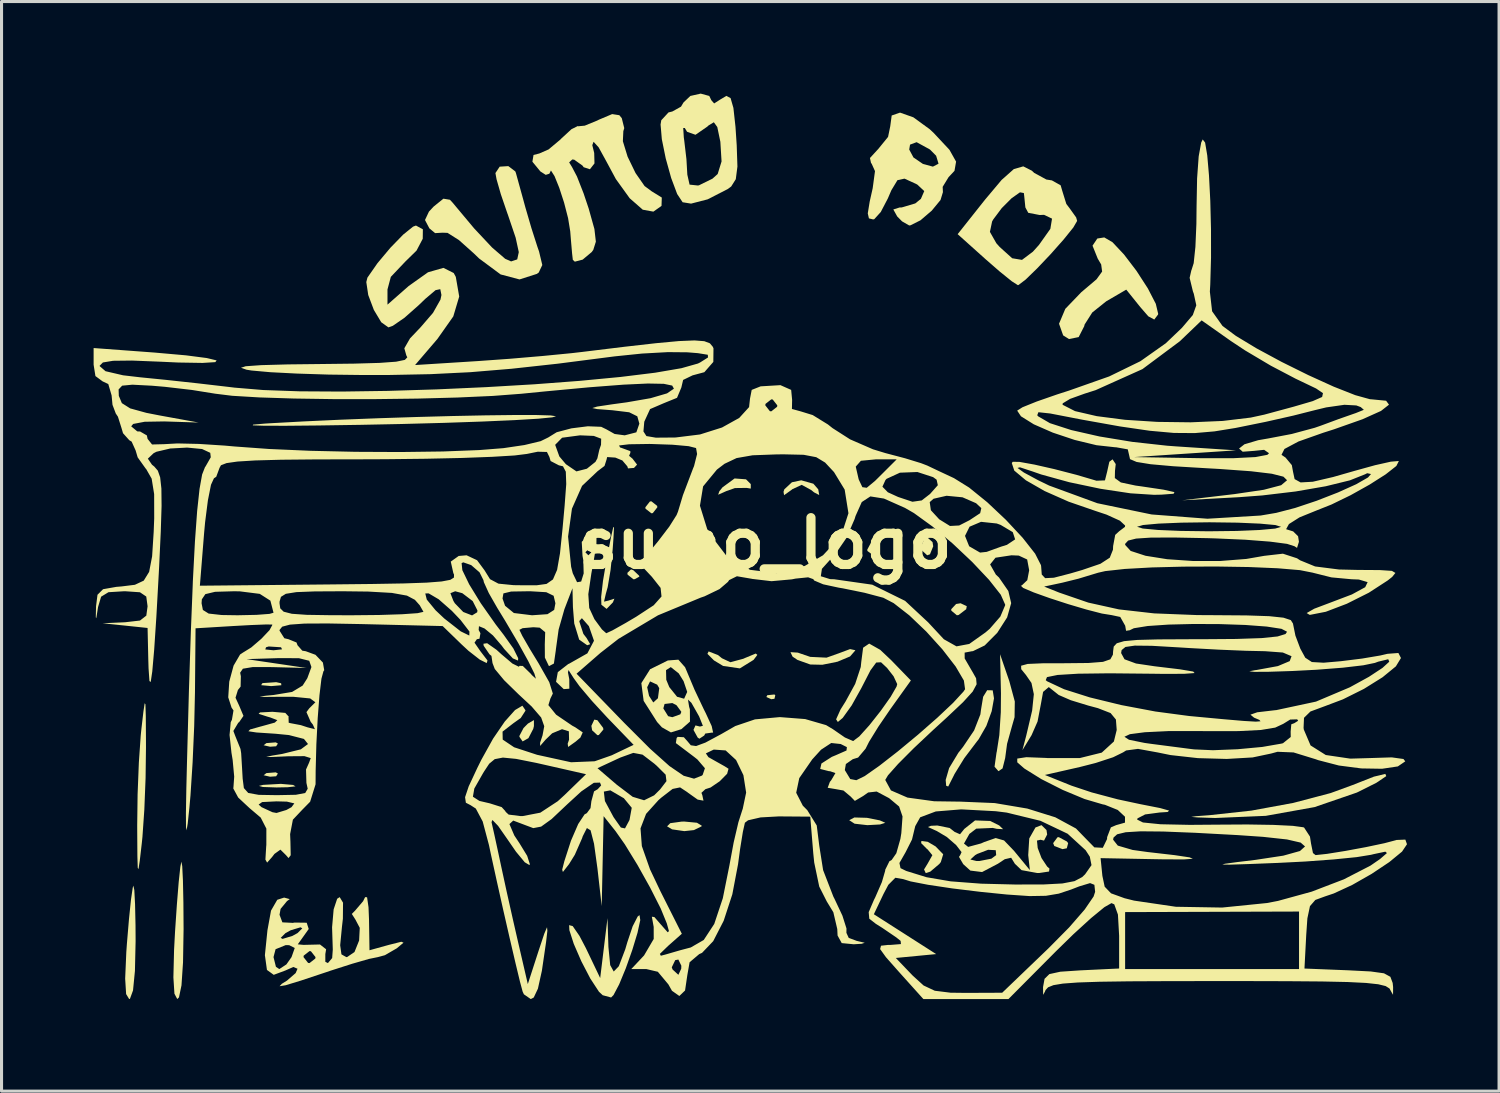
<source format=kicad_pcb>
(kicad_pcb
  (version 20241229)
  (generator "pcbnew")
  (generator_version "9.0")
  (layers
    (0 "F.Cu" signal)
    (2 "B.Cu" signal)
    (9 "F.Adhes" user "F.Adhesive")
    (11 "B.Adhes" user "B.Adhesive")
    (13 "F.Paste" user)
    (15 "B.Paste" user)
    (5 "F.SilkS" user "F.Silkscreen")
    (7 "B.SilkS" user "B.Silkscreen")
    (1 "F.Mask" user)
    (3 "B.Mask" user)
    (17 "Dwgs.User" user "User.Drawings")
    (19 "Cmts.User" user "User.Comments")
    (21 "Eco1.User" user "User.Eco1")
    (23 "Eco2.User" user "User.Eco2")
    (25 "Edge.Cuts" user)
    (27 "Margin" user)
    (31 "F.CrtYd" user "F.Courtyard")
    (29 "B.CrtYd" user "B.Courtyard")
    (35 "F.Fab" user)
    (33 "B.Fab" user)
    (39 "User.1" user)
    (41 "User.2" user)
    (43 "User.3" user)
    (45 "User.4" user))
  (footprint "sumo_logo"
    (layer "F.Cu")
    (at 21.883 14.65)
    (property "Reference" "sumo_logo" (at 0 0 0) (layer "F.SilkS") (effects (font (size 1.524 1.524) (thickness 0.3))))
    (attr board_only exclude_from_pos_files exclude_from_bom)
    (fp_poly (pts (xy -15.879 6.525) (xy -15.937 6.614) (xy -16.136 6.628) (xy -16.344 6.58) (xy -16.254 6.51) (xy -15.948 6.486)) (stroke (width 0) (type solid)) (fill yes) (layer "F.SilkS"))
    (fp_poly (pts (xy -15.879 7.502) (xy -15.937 7.591) (xy -16.136 7.605) (xy -16.344 7.557) (xy -16.254 7.487) (xy -15.948 7.463)) (stroke (width 0) (type solid)) (fill yes) (layer "F.SilkS"))
    (fp_poly (pts (xy 0.326 4.95) (xy 0.299 5.066) (xy 0.195 5.08) (xy 0.035 5.009) (xy 0.065 4.95) (xy 0.297 4.926)) (stroke (width 0) (type solid)) (fill yes) (layer "F.SilkS"))
    (fp_poly (pts (xy -15.774 4.561) (xy -15.767 4.625) (xy -16.073 4.651) (xy -16.119 4.651) (xy -16.422 4.623) (xy -16.393 4.564) (xy -16.36 4.554) (xy -15.934 4.525)) (stroke (width 0) (type solid)) (fill yes) (layer "F.SilkS"))
    (fp_poly (pts (xy -15.384 7.873) (xy -15.305 7.919) (xy -15.561 7.948) (xy -15.924 7.955) (xy -16.367 7.94) (xy -16.497 7.905) (xy -16.361 7.871) (xy -15.783 7.838)) (stroke (width 0) (type solid)) (fill yes) (layer "F.SilkS"))
    (fp_poly (pts (xy -5.471 5.764) (xy -5.283 6.014) (xy -5.275 6.068) (xy -5.424 6.247) (xy -5.471 6.252) (xy -5.642 6.093) (xy -5.666 5.948) (xy -5.571 5.745)) (stroke (width 0) (type solid)) (fill yes) (layer "F.SilkS"))
    (fp_poly (pts (xy -4.298 0.879) (xy -4.112 1.055) (xy -4.103 1.086) (xy -4.254 1.17) (xy -4.298 1.172) (xy -4.486 1.022) (xy -4.494 0.965) (xy -4.374 0.849)) (stroke (width 0) (type solid)) (fill yes) (layer "F.SilkS"))
    (fp_poly (pts (xy -3.523 -1.219) (xy -3.517 -1.172) (xy -3.666 -0.983) (xy -3.712 -0.977) (xy -3.902 -1.126) (xy -3.908 -1.172) (xy -3.759 -1.362) (xy -3.712 -1.368)) (stroke (width 0) (type solid)) (fill yes) (layer "F.SilkS"))
    (fp_poly (pts (xy 3.684 -0.053) (xy 3.712 0.086) (xy 3.61 0.353) (xy 3.517 0.391) (xy 3.327 0.251) (xy 3.322 0.207) (xy 3.464 -0.058) (xy 3.517 -0.098)) (stroke (width 0) (type solid)) (fill yes) (layer "F.SilkS"))
    (fp_poly (pts (xy 5.449 -0.037) (xy 5.471 0.098) (xy 5.365 0.358) (xy 5.275 0.391) (xy 5.102 0.233) (xy 5.08 0.098) (xy 5.186 -0.162) (xy 5.275 -0.195)) (stroke (width 0) (type solid)) (fill yes) (layer "F.SilkS"))
    (fp_poly (pts (xy 6.564 2.049) (xy 6.545 2.149) (xy 6.296 2.337) (xy 6.241 2.345) (xy 6.062 2.196) (xy 6.057 2.149) (xy 6.216 1.978) (xy 6.362 1.954)) (stroke (width 0) (type solid)) (fill yes) (layer "F.SilkS"))
    (fp_poly (pts (xy 9.827 9.716) (xy 9.867 9.769) (xy 9.823 9.937) (xy 9.683 9.965) (xy 9.416 9.863) (xy 9.378 9.769) (xy 9.519 9.579) (xy 9.562 9.574)) (stroke (width 0) (type solid)) (fill yes) (layer "F.SilkS"))
    (fp_poly (pts (xy -7.538 5.956) (xy -7.56 6.046) (xy -7.717 6.349) (xy -7.906 6.456) (xy -8.01 6.306) (xy -8.011 6.276) (xy -7.877 6.019) (xy -7.733 5.874) (xy -7.538 5.76)) (stroke (width 0) (type solid)) (fill yes) (layer "F.SilkS"))
    (fp_poly (pts (xy -2.226 9.105) (xy -2.069 9.202) (xy -2.076 9.222) (xy -2.325 9.344) (xy -2.638 9.378) (xy -3.036 9.32) (xy -3.2 9.222) (xy -3.097 9.119) (xy -2.72 9.067) (xy -2.638 9.066)) (stroke (width 0) (type solid)) (fill yes) (layer "F.SilkS"))
    (fp_poly (pts (xy -0.628 -2.084) (xy -0.473 -1.928) (xy -0.473 -1.782) (xy -0.608 -1.804) (xy -0.989 -1.799) (xy -1.27 -1.7) (xy -1.536 -1.582) (xy -1.497 -1.694) (xy -1.393 -1.824) (xy -1 -2.112)) (stroke (width 0) (type solid)) (fill yes) (layer "F.SilkS"))
    (fp_poly (pts (xy 3.305 8.944) (xy 3.322 8.946) (xy 3.732 9.028) (xy 3.908 9.106) (xy 3.908 9.108) (xy 3.738 9.161) (xy 3.328 9.183) (xy 3.322 9.183) (xy 2.91 9.136) (xy 2.735 9.023) (xy 2.735 9.022) (xy 2.902 8.933)) (stroke (width 0) (type solid)) (fill yes) (layer "F.SilkS"))
    (fp_poly (pts (xy -1.54 3.642) (xy -1.412 3.746) (xy -1.137 3.875) (xy -0.716 3.762) (xy -0.656 3.735) (xy -0.31 3.592) (xy -0.259 3.636) (xy -0.382 3.799) (xy -0.829 4.076) (xy -1.375 3.996) (xy -1.672 3.816) (xy -1.885 3.602) (xy -1.846 3.523)) (stroke (width 0) (type solid)) (fill yes) (layer "F.SilkS"))
    (fp_poly (pts (xy 1.566 -1.941) (xy 1.725 -1.758) (xy 1.757 -1.57) (xy 1.589 -1.659) (xy 1.497 -1.734) (xy 1.186 -1.904) (xy 0.886 -1.765) (xy 0.847 -1.734) (xy 0.612 -1.567) (xy 0.594 -1.677) (xy 0.62 -1.758) (xy 0.868 -1.988) (xy 1.172 -2.052)) (stroke (width 0) (type solid)) (fill yes) (layer "F.SilkS"))
    (fp_poly (pts (xy 2.93 3.483) (xy 2.931 3.493) (xy 2.761 3.687) (xy 2.353 3.858) (xy 1.857 3.958) (xy 1.465 3.949) (xy 1.05 3.801) (xy 0.889 3.693) (xy 0.82 3.547) (xy 1.058 3.562) (xy 1.465 3.701) (xy 1.996 3.726) (xy 2.393 3.585) (xy 2.762 3.447)) (stroke (width 0) (type solid)) (fill yes) (layer "F.SilkS"))
    (fp_poly (pts (xy 5.293 9.726) (xy 5.549 9.877) (xy 5.796 10.132) (xy 5.719 10.386) (xy 5.671 10.447) (xy 5.376 10.697) (xy 5.228 10.746) (xy 5.172 10.627) (xy 5.288 10.438) (xy 5.443 10.162) (xy 5.287 9.972) (xy 5.268 9.96) (xy 5.078 9.769) (xy 5.086 9.698)) (stroke (width 0) (type solid)) (fill yes) (layer "F.SilkS"))
    (fp_poly (pts (xy 7.95 4.491) (xy 8.129 5.154) (xy 8.121 5.666) (xy 8.034 5.97) (xy 7.877 6.534) (xy 7.815 6.999) (xy 7.73 7.335) (xy 7.596 7.425) (xy 7.469 7.279) (xy 7.533 6.822) (xy 7.541 6.79) (xy 7.625 6.25) (xy 7.673 5.504) (xy 7.678 4.885) (xy 7.649 3.615)) (stroke (width 0) (type solid)) (fill yes) (layer "F.SilkS"))
    (fp_poly (pts (xy -20.557 11.298) (xy -20.533 11.755) (xy -20.518 12.443) (xy -20.515 12.961) (xy -20.537 13.933) (xy -20.599 14.567) (xy -20.699 14.84) (xy -20.725 14.849) (xy -20.824 14.686) (xy -20.855 14.184) (xy -20.818 13.322) (xy -20.798 13.042) (xy -20.731 12.245) (xy -20.665 11.608) (xy -20.609 11.224) (xy -20.588 11.153)) (stroke (width 0) (type solid)) (fill yes) (layer "F.SilkS"))
    (fp_poly (pts (xy -18.996 10.521) (xy -18.973 10.988) (xy -18.958 11.701) (xy -18.952 12.57) (xy -18.97 13.653) (xy -19.02 14.402) (xy -19.102 14.794) (xy -19.158 14.849) (xy -19.25 14.675) (xy -19.284 14.145) (xy -19.262 13.247) (xy -19.23 12.651) (xy -19.17 11.767) (xy -19.111 11.038) (xy -19.058 10.545) (xy -19.024 10.372)) (stroke (width 0) (type solid)) (fill yes) (layer "F.SilkS"))
    (fp_poly (pts (xy 20.231 7.586) (xy 19.908 7.804) (xy 19.274 8.121) (xy 17.895 8.595) (xy 16.305 8.88) (xy 14.654 8.95) (xy 14.078 8.931) (xy 13.878 8.914) (xy 14.037 8.891) (xy 14.458 8.86) (xy 15.834 8.71) (xy 17.2 8.459) (xy 18.418 8.138) (xy 19.129 7.878) (xy 19.829 7.603) (xy 20.201 7.513)) (stroke (width 0) (type solid)) (fill yes) (layer "F.SilkS"))
    (fp_poly (pts (xy -4.93 -0.512) (xy -4.947 -0.159) (xy -4.972 0.195) (xy -5.041 0.871) (xy -5.135 1.43) (xy -5.195 1.644) (xy -5.254 1.901) (xy -5.091 1.863) (xy -5.083 1.858) (xy -4.916 1.804) (xy -4.964 1.924) (xy -5.17 2.138) (xy -5.34 2.003) (xy -5.348 1.751) (xy -5.288 1.227) (xy -5.172 0.541) (xy -5.161 0.488) (xy -5.025 -0.205) (xy -4.952 -0.533)) (stroke (width 0) (type solid)) (fill yes) (layer "F.SilkS"))
    (fp_poly (pts (xy -20.195 5.249) (xy -20.183 5.628) (xy -20.178 6.368) (xy -20.177 6.643) (xy -20.19 7.648) (xy -20.231 8.682) (xy -20.292 9.563) (xy -20.313 9.769) (xy -20.379 10.34) (xy -20.421 10.616) (xy -20.445 10.577) (xy -20.457 10.198) (xy -20.462 9.458) (xy -20.463 9.183) (xy -20.45 8.179) (xy -20.409 7.144) (xy -20.348 6.263) (xy -20.327 6.057) (xy -20.261 5.487) (xy -20.219 5.21)) (stroke (width 0) (type solid)) (fill yes) (layer "F.SilkS"))
    (fp_poly (pts (xy 7.409 4.791) (xy 7.451 5.052) (xy 7.376 5.471) (xy 7.202 5.949) (xy 6.952 6.385) (xy 6.887 6.467) (xy 6.483 7.001) (xy 6.166 7.516) (xy 6.122 7.605) (xy 5.96 7.924) (xy 5.893 7.9) (xy 5.877 7.71) (xy 5.989 7.324) (xy 6.29 6.825) (xy 6.44 6.636) (xy 6.803 6.098) (xy 7.008 5.574) (xy 7.026 5.433) (xy 7.098 5) (xy 7.229 4.787)) (stroke (width 0) (type solid)) (fill yes) (layer "F.SilkS"))
    (fp_poly (pts (xy -7.465 -4.179) (xy -6.991 -4.165) (xy -6.817 -4.138) (xy -6.936 -4.104) (xy -7.394 -4.059) (xy -8.178 -4.012) (xy -9.227 -3.966) (xy -10.475 -3.923) (xy -11.86 -3.886) (xy -13.188 -3.859) (xy -14.577 -3.838) (xy -15.632 -3.828) (xy -16.343 -3.83) (xy -16.698 -3.842) (xy -16.687 -3.866) (xy -16.298 -3.9) (xy -16.119 -3.911) (xy -15.026 -3.971) (xy -13.838 -4.026) (xy -12.603 -4.074) (xy -11.371 -4.114) (xy -10.192 -4.146) (xy -9.115 -4.168) (xy -8.19 -4.179)) (stroke (width 0) (type solid)) (fill yes) (layer "F.SilkS"))
    (fp_poly (pts (xy -4.073 12.276) (xy -4.163 12.69) (xy -4.333 13.249) (xy -4.544 13.845) (xy -4.761 14.371) (xy -4.945 14.719) (xy -5.023 14.798) (xy -5.298 14.724) (xy -5.418 14.612) (xy -5.701 14.18) (xy -5.994 13.617) (xy -6.24 13.05) (xy -6.383 12.606) (xy -6.391 12.441) (xy -6.275 12.472) (xy -6.056 12.788) (xy -5.846 13.188) (xy -5.379 14.165) (xy -5.141 12.212) (xy -5.111 13.151) (xy -5.053 13.743) (xy -4.938 13.952) (xy -4.772 13.779) (xy -4.562 13.227) (xy -4.495 12.998) (xy -4.321 12.478) (xy -4.158 12.16) (xy -4.098 12.114)) (stroke (width 0) (type solid)) (fill yes) (layer "F.SilkS"))
    (fp_poly (pts (xy 11.311 -9.809) (xy 11.685 -9.411) (xy 12.094 -8.875) (xy 12.464 -8.303) (xy 12.723 -7.801) (xy 12.801 -7.472) (xy 12.794 -7.45) (xy 12.673 -7.289) (xy 12.479 -7.394) (xy 12.215 -7.698) (xy 11.76 -8.264) (xy 11.107 -7.883) (xy 10.653 -7.52) (xy 10.403 -7.127) (xy 10.391 -7.073) (xy 10.21 -6.718) (xy 9.895 -6.654) (xy 9.704 -6.773) (xy 9.57 -7.153) (xy 9.774 -7.638) (xy 10.297 -8.182) (xy 10.344 -8.221) (xy 10.791 -8.6) (xy 10.974 -8.853) (xy 10.943 -9.084) (xy 10.832 -9.271) (xy 10.661 -9.696) (xy 10.817 -9.929) (xy 11.044 -9.965)) (stroke (width 0) (type solid)) (fill yes) (layer "F.SilkS"))
    (fp_poly (pts (xy -8.145 -12.116) (xy -8.125 -12.065) (xy -8.035 -11.738) (xy -7.886 -11.199) (xy -7.816 -10.942) (xy -7.619 -10.267) (xy -7.422 -9.653) (xy -7.371 -9.507) (xy -7.265 -9.066) (xy -7.382 -8.82) (xy -7.442 -8.777) (xy -8.007 -8.596) (xy -8.623 -8.759) (xy -9.323 -9.278) (xy -9.495 -9.444) (xy -9.982 -9.879) (xy -10.352 -10.113) (xy -10.513 -10.119) (xy -10.757 -10.105) (xy -10.944 -10.26) (xy -11.087 -10.532) (xy -10.958 -10.806) (xy -10.804 -10.971) (xy -10.487 -11.227) (xy -10.275 -11.192) (xy -10.195 -11.107) (xy -9.488 -10.262) (xy -8.902 -9.637) (xy -8.475 -9.269) (xy -8.281 -9.183) (xy -8.082 -9.249) (xy -8.031 -9.486) (xy -8.133 -9.956) (xy -8.391 -10.718) (xy -8.402 -10.746) (xy -8.615 -11.369) (xy -8.756 -11.861) (xy -8.792 -12.062) (xy -8.654 -12.27) (xy -8.372 -12.288)) (stroke (width 0) (type solid)) (fill yes) (layer "F.SilkS"))
    (fp_poly (pts (xy 8.684 -12.139) (xy 8.761 -12.067) (xy 9.158 -11.851) (xy 9.337 -11.823) (xy 9.623 -11.662) (xy 9.674 -11.486) (xy 9.807 -11.057) (xy 9.918 -10.91) (xy 10.128 -10.616) (xy 10.16 -10.503) (xy 10.036 -10.289) (xy 9.721 -9.898) (xy 9.3 -9.423) (xy 8.857 -8.956) (xy 8.479 -8.589) (xy 8.248 -8.414) (xy 8.228 -8.41) (xy 8.031 -8.536) (xy 7.637 -8.854) (xy 7.188 -9.245) (xy 6.267 -10.071) (xy 6.326 -10.145) (xy 7.318 -10.145) (xy 7.528 -9.775) (xy 7.637 -9.653) (xy 8.044 -9.286) (xy 8.363 -9.233) (xy 8.718 -9.5) (xy 8.916 -9.72) (xy 9.287 -10.244) (xy 9.342 -10.577) (xy 9.081 -10.701) (xy 8.939 -10.695) (xy 8.567 -10.767) (xy 8.473 -10.942) (xy 8.435 -11.321) (xy 8.424 -11.411) (xy 8.297 -11.434) (xy 8.024 -11.241) (xy 7.702 -10.918) (xy 7.43 -10.555) (xy 7.39 -10.486) (xy 7.318 -10.145) (xy 6.326 -10.145) (xy 7.155 -11.19) (xy 7.7 -11.839) (xy 8.097 -12.191) (xy 8.405 -12.28)) (stroke (width 0) (type solid)) (fill yes) (layer "F.SilkS"))
    (fp_poly (pts (xy -1.825 -14.574) (xy -1.758 -14.435) (xy -1.666 -14.33) (xy -1.468 -14.457) (xy -1.268 -14.576) (xy -1.131 -14.504) (xy -1.039 -14.185) (xy -0.971 -13.566) (xy -0.931 -12.967) (xy -0.908 -12.274) (xy -0.961 -11.862) (xy -1.111 -11.624) (xy -1.223 -11.541) (xy -1.877 -11.206) (xy -2.418 -11.066) (xy -2.694 -11.111) (xy -2.871 -11.379) (xy -3.066 -11.9) (xy -3.244 -12.54) (xy -3.371 -13.165) (xy -3.402 -13.531) (xy -2.674 -13.531) (xy -2.655 -13.225) (xy -2.64 -13.115) (xy -2.569 -12.513) (xy -2.54 -12.01) (xy -2.467 -11.685) (xy -2.192 -11.656) (xy -2.156 -11.665) (xy -1.722 -11.878) (xy -1.551 -12.031) (xy -1.425 -12.44) (xy -1.464 -13.081) (xy -1.564 -13.562) (xy -1.676 -13.717) (xy -1.854 -13.609) (xy -1.887 -13.576) (xy -2.274 -13.309) (xy -2.548 -13.406) (xy -2.623 -13.53) (xy -2.674 -13.531) (xy -3.402 -13.531) (xy -3.412 -13.642) (xy -3.389 -13.782) (xy -3.154 -14.037) (xy -3.028 -14.068) (xy -2.746 -14.225) (xy -2.665 -14.361) (xy -2.442 -14.574) (xy -2.104 -14.65)) (stroke (width 0) (type solid)) (fill yes) (layer "F.SilkS"))
    (fp_poly (pts (xy 4.824 -13.878) (xy 5.359 -13.488) (xy 5.492 -13.363) (xy 6 -12.819) (xy 6.216 -12.434) (xy 6.164 -12.134) (xy 5.971 -11.928) (xy 5.779 -11.613) (xy 5.787 -11.439) (xy 5.709 -11.184) (xy 5.424 -10.838) (xy 5.057 -10.523) (xy 4.729 -10.359) (xy 4.687 -10.355) (xy 4.456 -10.488) (xy 4.298 -10.648) (xy 4.171 -10.876) (xy 4.378 -10.941) (xy 4.446 -10.942) (xy 4.887 -11.073) (xy 5.069 -11.221) (xy 5.179 -11.475) (xy 4.954 -11.685) (xy 4.91 -11.709) (xy 4.535 -11.88) (xy 4.306 -11.83) (xy 4.108 -11.503) (xy 3.993 -11.235) (xy 3.762 -10.793) (xy 3.552 -10.561) (xy 3.514 -10.551) (xy 3.376 -10.585) (xy 3.339 -10.748) (xy 3.402 -11.135) (xy 3.499 -11.568) (xy 3.574 -12.125) (xy 3.461 -12.376) (xy 3.446 -12.384) (xy 3.41 -12.552) (xy 3.663 -12.828) (xy 4.689 -12.828) (xy 4.827 -12.57) (xy 5.135 -12.36) (xy 5.461 -12.271) (xy 5.644 -12.367) (xy 5.566 -12.626) (xy 5.363 -12.83) (xy 4.93 -13.068) (xy 4.716 -12.988) (xy 4.689 -12.828) (xy 3.663 -12.828) (xy 3.68 -12.845) (xy 3.68 -12.846) (xy 4 -13.24) (xy 4.071 -13.586) (xy 4.118 -13.937) (xy 4.39 -14.031)) (stroke (width 0) (type solid)) (fill yes) (layer "F.SilkS"))
    (fp_poly (pts (xy -4.756 -13.947) (xy -4.676 -13.851) (xy -4.595 -13.526) (xy -4.625 -13.427) (xy -4.64 -13.098) (xy -4.486 -12.596) (xy -4.228 -12.063) (xy -3.933 -11.639) (xy -3.704 -11.469) (xy -3.372 -11.264) (xy -3.381 -10.992) (xy -3.646 -10.805) (xy -3.992 -10.868) (xy -4.418 -11.241) (xy -4.869 -11.867) (xy -5.186 -12.456) (xy -5.43 -12.9) (xy -5.595 -13.081) (xy -5.636 -12.971) (xy -5.574 -12.716) (xy -5.565 -12.376) (xy -5.713 -12.186) (xy -5.918 -12.252) (xy -5.957 -12.306) (xy -6.225 -12.497) (xy -6.288 -12.505) (xy -6.39 -12.409) (xy -6.298 -12.26) (xy -6.135 -11.949) (xy -5.919 -11.398) (xy -5.753 -10.903) (xy -5.567 -10.238) (xy -5.52 -9.826) (xy -5.604 -9.559) (xy -5.658 -9.486) (xy -5.951 -9.241) (xy -6.205 -9.175) (xy -6.27 -9.232) (xy -6.294 -9.438) (xy -6.334 -9.901) (xy -6.355 -10.164) (xy -6.425 -10.593) (xy -6.555 -11.097) (xy -6.713 -11.583) (xy -6.867 -11.963) (xy -6.984 -12.146) (xy -7.033 -12.043) (xy -7.033 -12.041) (xy -7.153 -12.003) (xy -7.327 -12.114) (xy -7.588 -12.432) (xy -7.551 -12.651) (xy -7.361 -12.7) (xy -7.06 -12.832) (xy -6.676 -13.154) (xy -6.644 -13.188) (xy -6.316 -13.49) (xy -6.11 -13.593) (xy -6.097 -13.586) (xy -5.882 -13.606) (xy -5.477 -13.772) (xy -5.42 -13.801) (xy -4.989 -13.983)) (stroke (width 0) (type solid)) (fill yes) (layer "F.SilkS"))
    (fp_poly (pts (xy -2.613 4.039) (xy -2.53 4.236) (xy -2.303 4.776) (xy -2.003 5.409) (xy -1.94 5.534) (xy -1.746 5.956) (xy -1.7 6.167) (xy -1.738 6.168) (xy -1.956 6.199) (xy -1.99 6.263) (xy -2.147 6.367) (xy -2.202 6.33) (xy -2.34 6.08) (xy -2.275 5.934) (xy -2.13 5.971) (xy -2.033 5.947) (xy -2.156 5.641) (xy -2.407 5.198) (xy -2.519 5.092) (xy -2.481 5.329) (xy -2.457 5.41) (xy -2.454 5.81) (xy -2.734 6.056) (xy -3.075 6.162) (xy -3.368 5.996) (xy -3.524 5.824) (xy -3.807 5.379) (xy -3.322 5.379) (xy -3.165 5.633) (xy -3.028 5.666) (xy -2.768 5.572) (xy -2.735 5.492) (xy -2.891 5.278) (xy -3.028 5.205) (xy -3.281 5.235) (xy -3.322 5.379) (xy -3.807 5.379) (xy -3.963 5.135) (xy -4.021 4.69) (xy -3.848 4.69) (xy -3.787 4.971) (xy -3.649 5.186) (xy -3.498 5.049) (xy -3.455 4.72) (xy -3.522 4.606) (xy -3.755 4.5) (xy -3.848 4.69) (xy -4.021 4.69) (xy -4.038 4.555) (xy -3.771 4.133) (xy -3.234 4.133) (xy -3.226 4.447) (xy -3.128 4.685) (xy -2.874 5.001) (xy -2.644 5.064) (xy -2.546 4.847) (xy -2.546 4.836) (xy -2.662 4.493) (xy -2.821 4.238) (xy -3.079 4.034) (xy -3.234 4.133) (xy -3.771 4.133) (xy -3.753 4.104) (xy -3.175 3.818) (xy -2.832 3.792)) (stroke (width 0) (type solid)) (fill yes) (layer "F.SilkS"))
    (fp_poly (pts (xy 7.326 9.047) (xy 7.62 9.192) (xy 7.749 9.315) (xy 7.543 9.303) (xy 7.41 9.274) (xy 6.874 9.297) (xy 6.65 9.468) (xy 6.473 9.783) (xy 6.609 9.892) (xy 7.029 9.779) (xy 7.13 9.734) (xy 7.506 9.603) (xy 7.778 9.681) (xy 8.104 10.02) (xy 8.144 10.069) (xy 8.62 10.648) (xy 8.566 10.16) (xy 8.6 9.616) (xy 8.802 9.259) (xy 8.999 9.183) (xy 9.161 9.342) (xy 9.183 9.488) (xy 9.081 9.686) (xy 8.967 9.659) (xy 8.851 9.686) (xy 8.875 9.928) (xy 8.999 10.254) (xy 9.183 10.532) (xy 9.258 10.597) (xy 9.245 10.694) (xy 8.926 10.742) (xy 8.862 10.743) (xy 8.349 10.649) (xy 8.131 10.441) (xy 8.01 10.245) (xy 7.802 10.293) (xy 7.578 10.441) (xy 7.063 10.711) (xy 6.68 10.663) (xy 6.448 10.453) (xy 6.361 10.303) (xy 6.682 10.303) (xy 6.875 10.35) (xy 6.973 10.352) (xy 7.367 10.275) (xy 7.522 10.16) (xy 7.508 9.999) (xy 7.259 9.986) (xy 6.902 10.122) (xy 6.838 10.16) (xy 6.682 10.303) (xy 6.361 10.303) (xy 6.311 10.217) (xy 6.35 10.16) (xy 6.394 10.062) (xy 6.218 9.833) (xy 5.917 9.571) (xy 5.587 9.374) (xy 5.575 9.369) (xy 5.3 9.244) (xy 5.398 9.204) (xy 5.606 9.195) (xy 6.007 9.276) (xy 6.17 9.404) (xy 6.344 9.48) (xy 6.484 9.306) (xy 6.834 9.029)) (stroke (width 0) (type solid)) (fill yes) (layer "F.SilkS"))
    (fp_poly (pts (xy -12.974 11.533) (xy -12.927 11.856) (xy -12.911 12.247) (xy -12.895 13.259) (xy -12.26 13.083) (xy -11.858 12.982) (xy -11.786 13.012) (xy -12.003 13.193) (xy -12.005 13.195) (xy -12.393 13.42) (xy -12.621 13.482) (xy -12.91 13.541) (xy -13.459 13.699) (xy -14.158 13.923) (xy -14.293 13.969) (xy -15.128 14.247) (xy -15.627 14.399) (xy -15.824 14.431) (xy -15.75 14.351) (xy -15.582 14.247) (xy -15.3 14.002) (xy -15.24 13.861) (xy -15.376 13.804) (xy -15.637 13.919) (xy -16.015 14.06) (xy -16.236 13.9) (xy -16.294 13.482) (xy -16.022 13.482) (xy -15.943 13.799) (xy -15.833 13.872) (xy -15.602 13.72) (xy -15.435 13.482) (xy -15.045 13.482) (xy -14.896 13.671) (xy -14.849 13.677) (xy -14.66 13.528) (xy -14.654 13.482) (xy -14.803 13.292) (xy -14.849 13.286) (xy -15.039 13.435) (xy -15.045 13.482) (xy -15.435 13.482) (xy -15.33 13.185) (xy -15.511 13.094) (xy -15.624 13.091) (xy -15.955 13.225) (xy -16.022 13.482) (xy -16.294 13.482) (xy -16.303 13.422) (xy -16.245 12.855) (xy -15.787 12.855) (xy -15.728 12.889) (xy -15.407 12.792) (xy -15.24 12.7) (xy -15.084 12.545) (xy -15.142 12.511) (xy -15.463 12.608) (xy -15.631 12.7) (xy -15.787 12.855) (xy -16.245 12.855) (xy -16.22 12.609) (xy -16.103 11.967) (xy -15.9 11.615) (xy -15.676 11.543) (xy -15.493 11.593) (xy -15.582 11.657) (xy -15.792 11.912) (xy -15.826 12.103) (xy -15.733 12.35) (xy -15.392 12.367) (xy -15.338 12.357) (xy -14.941 12.362) (xy -14.875 12.566) (xy -15.093 12.873) (xy -15.231 13.066) (xy -15.045 13.084) (xy -14.508 13.071) (xy -14.308 13.227) (xy -14.334 13.384) (xy -14.334 13.635) (xy -14.25 13.677) (xy -14.111 13.513) (xy -14.091 13.237) (xy -14.114 12.512) (xy -14.063 11.927) (xy -13.948 11.581) (xy -13.866 11.528) (xy -13.757 11.709) (xy -13.762 12.232) (xy -13.793 12.505) (xy -13.85 13.095) (xy -13.809 13.392) (xy -13.655 13.481) (xy -13.627 13.482) (xy -13.384 13.317) (xy -13.233 12.941) (xy -13.212 12.529) (xy -13.353 12.261) (xy -13.471 12.076) (xy -13.364 11.967) (xy -13.103 11.661) (xy -13.038 11.528)) (stroke (width 0) (type solid)) (fill yes) (layer "F.SilkS"))
    (fp_poly (pts (xy 14.329 -13.055) (xy 14.399 -12.637) (xy 14.456 -11.978) (xy 14.498 -11.153) (xy 14.521 -10.237) (xy 14.522 -9.304) (xy 14.497 -8.429) (xy 14.484 -8.199) (xy 14.557 -7.559) (xy 14.896 -7.081) (xy 15.332 -6.757) (xy 16.004 -6.351) (xy 16.821 -5.91) (xy 17.691 -5.479) (xy 18.521 -5.102) (xy 19.221 -4.826) (xy 19.698 -4.694) (xy 19.765 -4.689) (xy 20.226 -4.644) (xy 20.32 -4.516) (xy 20.06 -4.312) (xy 19.457 -4.041) (xy 18.525 -3.712) (xy 18.171 -3.599) (xy 17.371 -3.316) (xy 16.914 -3.073) (xy 16.818 -2.882) (xy 16.95 -2.792) (xy 17.154 -2.547) (xy 17.194 -2.328) (xy 17.245 -2.091) (xy 17.44 -1.983) (xy 17.838 -2.005) (xy 18.499 -2.159) (xy 19.194 -2.358) (xy 19.867 -2.544) (xy 20.38 -2.659) (xy 20.633 -2.68) (xy 20.64 -2.676) (xy 20.56 -2.519) (xy 20.214 -2.247) (xy 19.688 -1.912) (xy 19.069 -1.566) (xy 18.444 -1.262) (xy 17.956 -1.068) (xy 17.406 -0.845) (xy 17.06 -0.626) (xy 16.968 -0.459) (xy 17.185 -0.391) (xy 17.194 -0.391) (xy 17.358 -0.23) (xy 17.386 -0.049) (xy 17.324 0.15) (xy 17.24 0.096) (xy 17 0.019) (xy 16.443 -0.054) (xy 15.641 -0.116) (xy 14.668 -0.159) (xy 14.41 -0.167) (xy 13.318 -0.188) (xy 12.56 -0.185) (xy 12.08 -0.153) (xy 11.821 -0.088) (xy 11.727 0.014) (xy 11.723 0.052) (xy 11.904 0.249) (xy 12.389 0.407) (xy 13.093 0.519) (xy 13.932 0.577) (xy 14.821 0.577) (xy 15.674 0.51) (xy 16.255 0.409) (xy 16.864 0.339) (xy 17.324 0.489) (xy 17.425 0.555) (xy 17.913 0.755) (xy 18.691 0.854) (xy 19.298 0.868) (xy 20.023 0.873) (xy 20.415 0.899) (xy 20.529 0.966) (xy 20.424 1.096) (xy 20.277 1.212) (xy 19.664 1.61) (xy 18.946 1.97) (xy 18.262 2.231) (xy 17.752 2.331) (xy 17.733 2.331) (xy 17.638 2.273) (xy 17.886 2.131) (xy 18.334 1.962) (xy 19.111 1.667) (xy 19.545 1.431) (xy 19.624 1.266) (xy 19.339 1.181) (xy 19.102 1.172) (xy 18.445 1.111) (xy 17.85 0.962) (xy 17.842 0.959) (xy 17.418 0.875) (xy 16.693 0.814) (xy 15.759 0.774) (xy 14.704 0.757) (xy 13.618 0.761) (xy 12.591 0.787) (xy 11.714 0.836) (xy 11.076 0.906) (xy 10.844 0.959) (xy 10.201 1.154) (xy 9.672 1.285) (xy 9.085 1.41) (xy 9.574 1.606) (xy 10.525 1.933) (xy 11.523 2.154) (xy 12.67 2.284) (xy 14.068 2.339) (xy 14.605 2.342) (xy 15.68 2.35) (xy 16.42 2.375) (xy 16.882 2.424) (xy 17.121 2.503) (xy 17.194 2.618) (xy 17.194 2.628) (xy 17.271 3.008) (xy 17.431 3.433) (xy 17.593 3.729) (xy 17.807 3.869) (xy 18.19 3.891) (xy 18.75 3.842) (xy 19.443 3.756) (xy 20.035 3.656) (xy 20.271 3.601) (xy 20.626 3.574) (xy 20.71 3.738) (xy 20.544 4.01) (xy 20.11 4.365) (xy 19.503 4.744) (xy 18.818 5.085) (xy 18.259 5.296) (xy 17.76 5.481) (xy 17.551 5.686) (xy 17.537 6.011) (xy 17.545 6.069) (xy 17.765 6.586) (xy 18.26 6.898) (xy 19.06 7.016) (xy 19.722 6.997) (xy 20.41 6.975) (xy 20.791 7.028) (xy 20.85 7.105) (xy 20.608 7.27) (xy 20.094 7.346) (xy 19.418 7.335) (xy 18.687 7.24) (xy 18.009 7.064) (xy 17.938 7.038) (xy 17.21 6.814) (xy 16.688 6.793) (xy 16.479 6.85) (xy 15.877 6.977) (xy 15.035 7.026) (xy 14.097 7) (xy 13.203 6.9) (xy 12.786 6.815) (xy 12.143 6.698) (xy 11.756 6.75) (xy 11.657 6.812) (xy 11.333 6.971) (xy 10.765 7.157) (xy 10.253 7.288) (xy 9.109 7.548) (xy 9.976 7.897) (xy 10.636 8.117) (xy 11.482 8.342) (xy 12.212 8.498) (xy 12.866 8.627) (xy 13.157 8.709) (xy 13.109 8.754) (xy 12.847 8.771) (xy 12.375 8.834) (xy 12.126 8.963) (xy 12.114 9.001) (xy 12.304 9.096) (xy 12.875 9.154) (xy 13.83 9.174) (xy 14.722 9.167) (xy 15.705 9.161) (xy 16.554 9.175) (xy 17.189 9.206) (xy 17.529 9.252) (xy 17.555 9.263) (xy 17.745 9.555) (xy 17.78 9.781) (xy 17.843 10.092) (xy 17.927 10.159) (xy 18.299 10.119) (xy 18.898 10.023) (xy 19.573 9.898) (xy 20.173 9.771) (xy 20.548 9.672) (xy 20.564 9.666) (xy 20.853 9.654) (xy 20.906 9.805) (xy 20.745 10.045) (xy 20.329 10.387) (xy 19.754 10.771) (xy 19.12 11.132) (xy 18.523 11.408) (xy 18.24 11.503) (xy 17.92 11.62) (xy 17.745 11.822) (xy 17.661 12.22) (xy 17.624 12.753) (xy 17.566 13.855) (xy 18.992 13.912) (xy 19.726 13.95) (xy 20.156 14.01) (xy 20.365 14.124) (xy 20.44 14.325) (xy 20.454 14.458) (xy 20.452 14.711) (xy 20.391 14.606) (xy 20.391 14.605) (xy 20.336 14.505) (xy 20.211 14.426) (xy 19.97 14.367) (xy 19.572 14.324) (xy 18.974 14.294) (xy 18.134 14.276) (xy 17.008 14.267) (xy 15.554 14.263) (xy 14.752 14.263) (xy 13.13 14.265) (xy 11.856 14.271) (xy 10.888 14.285) (xy 10.182 14.309) (xy 9.696 14.345) (xy 9.388 14.396) (xy 9.214 14.466) (xy 9.131 14.555) (xy 9.112 14.605) (xy 9.052 14.712) (xy 9.049 14.46) (xy 9.049 14.458) (xy 9.098 14.19) (xy 9.255 14.036) (xy 9.613 13.958) (xy 10.265 13.914) (xy 10.307 13.912) (xy 11.136 13.872) (xy 11.723 13.872) (xy 17.389 13.872) (xy 17.389 11.998) (xy 14.556 12.007) (xy 11.723 12.016) (xy 11.723 12.944) (xy 11.723 13.872) (xy 11.136 13.872) (xy 11.528 13.854) (xy 11.528 12.788) (xy 11.489 12.097) (xy 11.37 11.764) (xy 11.279 11.723) (xy 11.048 11.855) (xy 10.613 12.212) (xy 10.038 12.737) (xy 9.476 13.286) (xy 7.922 14.849) (xy 5.15 14.849) (xy 4.36 13.97) (xy 3.931 13.485) (xy 3.741 13.221) (xy 3.77 13.111) (xy 3.994 13.086) (xy 4.081 13.085) (xy 4.419 13.058) (xy 4.409 12.954) (xy 4.267 12.84) (xy 3.807 12.527) (xy 3.599 12.396) (xy 3.388 12.231) (xy 3.375 12.086) (xy 3.537 12.086) (xy 4.552 12.735) (xy 5.567 13.384) (xy 4.909 13.447) (xy 4.252 13.51) (xy 4.8 14.082) (xy 5.157 14.407) (xy 5.521 14.578) (xy 6.035 14.642) (xy 6.533 14.648) (xy 7.718 14.643) (xy 9.232 13.19) (xy 9.9 12.514) (xy 10.405 11.933) (xy 10.696 11.508) (xy 10.746 11.355) (xy 10.722 11.127) (xy 10.582 11.071) (xy 10.228 11.178) (xy 9.96 11.282) (xy 9.56 11.415) (xy 9.141 11.485) (xy 8.609 11.494) (xy 7.868 11.443) (xy 7 11.355) (xy 6.09 11.244) (xy 5.303 11.126) (xy 4.734 11.016) (xy 4.495 10.942) (xy 4.237 10.897) (xy 4.009 11.127) (xy 3.851 11.426) (xy 3.537 12.086) (xy 3.375 12.086) (xy 3.369 12.017) (xy 3.541 11.616) (xy 3.582 11.535) (xy 3.798 11.04) (xy 3.905 10.672) (xy 3.908 10.635) (xy 4.016 10.416) (xy 4.37 10.416) (xy 4.405 10.584) (xy 4.591 10.675) (xy 5.255 10.88) (xy 6.038 11.014) (xy 7.035 11.09) (xy 8.127 11.117) (xy 9.058 11.116) (xy 9.68 11.083) (xy 10.075 11.007) (xy 10.324 10.875) (xy 10.419 10.784) (xy 10.628 10.486) (xy 10.582 10.258) (xy 10.924 10.258) (xy 10.982 10.834) (xy 11.057 11.188) (xy 11.264 11.404) (xy 11.705 11.564) (xy 12.016 11.642) (xy 13.374 11.842) (xy 14.884 11.868) (xy 16.347 11.72) (xy 16.705 11.651) (xy 17.801 11.35) (xy 18.85 10.948) (xy 19.715 10.503) (xy 20.027 10.288) (xy 20.253 10.093) (xy 20.202 10.047) (xy 19.827 10.126) (xy 19.734 10.149) (xy 19.267 10.225) (xy 18.517 10.3) (xy 17.592 10.368) (xy 16.705 10.413) (xy 15.736 10.451) (xy 15.138 10.47) (xy 14.891 10.468) (xy 14.974 10.441) (xy 15.37 10.387) (xy 15.973 10.314) (xy 16.877 10.177) (xy 17.419 10.026) (xy 17.585 9.877) (xy 17.443 9.752) (xy 16.997 9.649) (xy 16.216 9.564) (xy 15.387 9.507) (xy 14.005 9.432) (xy 12.968 9.391) (xy 12.228 9.384) (xy 11.742 9.414) (xy 11.463 9.481) (xy 11.345 9.588) (xy 11.332 9.657) (xy 11.485 9.85) (xy 11.967 9.991) (xy 12.456 10.059) (xy 13.334 10.16) (xy 13.824 10.233) (xy 13.929 10.278) (xy 13.649 10.299) (xy 12.988 10.297) (xy 12.642 10.291) (xy 10.924 10.258) (xy 10.582 10.258) (xy 10.573 10.211) (xy 10.436 10) (xy 9.85 9.463) (xy 8.966 9.042) (xy 7.866 8.774) (xy 7.508 8.729) (xy 6.384 8.669) (xy 5.554 8.737) (xy 5.046 8.928) (xy 4.885 9.216) (xy 4.78 9.651) (xy 4.57 10.067) (xy 4.37 10.416) (xy 4.016 10.416) (xy 4.045 10.357) (xy 4.116 10.319) (xy 4.269 10.099) (xy 4.401 9.633) (xy 4.432 9.443) (xy 4.471 8.9) (xy 4.36 8.576) (xy 4.043 8.311) (xy 4.027 8.3) (xy 3.628 8.088) (xy 3.351 8.119) (xy 3.191 8.232) (xy 2.918 8.393) (xy 2.785 8.256) (xy 2.785 8.255) (xy 2.547 8.055) (xy 2.304 8.011) (xy 2.033 7.966) (xy 2.103 7.775) (xy 2.149 7.718) (xy 2.285 7.487) (xy 2.106 7.425) (xy 2.075 7.425) (xy 1.789 7.352) (xy 1.829 7.175) (xy 2.168 6.958) (xy 2.296 6.905) (xy 2.646 6.751) (xy 2.658 6.641) (xy 2.457 6.54) (xy 2.149 6.507) (xy 1.817 6.725) (xy 1.529 7.041) (xy 1.107 7.651) (xy 1.007 8.128) (xy 1.222 8.548) (xy 1.368 8.695) (xy 1.676 9.193) (xy 1.758 9.85) (xy 1.884 10.649) (xy 2.218 11.512) (xy 2.255 11.584) (xy 2.513 12.133) (xy 2.645 12.549) (xy 2.643 12.692) (xy 2.718 12.856) (xy 2.977 12.953) (xy 3.239 13.015) (xy 3.14 13.048) (xy 2.882 13.064) (xy 2.49 13.026) (xy 2.355 12.779) (xy 2.345 12.569) (xy 2.217 12.021) (xy 2.003 11.669) (xy 1.758 11.185) (xy 1.594 10.402) (xy 1.563 10.099) (xy 1.465 8.906) (xy 0.442 8.898) (xy -0.154 8.931) (xy -0.561 9.025) (xy -0.664 9.104) (xy -0.731 9.403) (xy -0.82 9.955) (xy -0.888 10.459) (xy -1.074 11.436) (xy -1.356 12.299) (xy -1.697 12.963) (xy -2.061 13.344) (xy -2.153 13.385) (xy -2.466 13.65) (xy -2.54 14.069) (xy -2.614 14.57) (xy -2.8 14.749) (xy -3.041 14.579) (xy -3.157 14.372) (xy -3.501 13.96) (xy -3.875 13.872) (xy -4.367 13.872) (xy -4.313 13.815) (xy -3.047 13.815) (xy -3.02 13.886) (xy -2.832 14.059) (xy -2.739 13.862) (xy -2.735 13.763) (xy -2.832 13.562) (xy -2.934 13.581) (xy -3.047 13.815) (xy -4.313 13.815) (xy -3.949 13.427) (xy -3.635 12.891) (xy -3.636 12.499) (xy -3.696 12.166) (xy -3.613 12.178) (xy -3.414 12.407) (xy -3.179 12.674) (xy -3.139 12.635) (xy -3.209 12.383) (xy -3.407 11.899) (xy -3.75 11.221) (xy -4.164 10.48) (xy -4.577 9.807) (xy -4.879 9.378) (xy -5.267 8.89) (xy -5.329 11.821) (xy -5.468 10.596) (xy -5.58 9.787) (xy -5.692 9.352) (xy -5.812 9.277) (xy -5.948 9.546) (xy -5.968 9.608) (xy -6.205 10.147) (xy -6.394 10.453) (xy -6.594 10.709) (xy -6.617 10.633) (xy -6.546 10.355) (xy -6.33 9.688) (xy -6.095 9.146) (xy -5.888 8.832) (xy -5.814 8.792) (xy -5.694 8.628) (xy -5.666 8.402) (xy -5.581 8.09) (xy -5.26 8.09) (xy -5.225 8.398) (xy -4.943 8.923) (xy -4.705 9.261) (xy -4.571 9.289) (xy -4.57 9.288) (xy -4.065 9.288) (xy -4.022 9.865) (xy -3.755 10.624) (xy -3.411 11.348) (xy -2.719 12.722) (xy -3.167 13.118) (xy -3.434 13.377) (xy -3.404 13.438) (xy -3.255 13.399) (xy -2.769 13.258) (xy -2.428 13.168) (xy -2.005 12.924) (xy -1.663 12.402) (xy -1.384 11.565) (xy -1.172 10.511) (xy -1.03 9.746) (xy -0.876 9.088) (xy -0.743 8.672) (xy -0.737 8.661) (xy -0.624 8.122) (xy -0.713 7.554) (xy -0.952 7.061) (xy -1.291 6.749) (xy -1.679 6.721) (xy -1.681 6.722) (xy -1.936 6.845) (xy -1.854 6.967) (xy -1.661 7.076) (xy -1.323 7.266) (xy -1.198 7.346) (xy -1.243 7.509) (xy -1.484 7.753) (xy -1.783 7.957) (xy -1.951 8.011) (xy -2.081 8.13) (xy -2.052 8.206) (xy -2.014 8.385) (xy -2.202 8.351) (xy -2.525 8.122) (xy -2.539 8.109) (xy -2.776 7.953) (xy -3.02 8.003) (xy -3.393 8.291) (xy -3.483 8.371) (xy -3.884 8.816) (xy -4.065 9.288) (xy -4.57 9.288) (xy -4.431 9.028) (xy -4.423 9.009) (xy -4.351 8.617) (xy -4.608 8.306) (xy -4.609 8.306) (xy -5.049 8.049) (xy -5.26 8.09) (xy -5.581 8.09) (xy -5.58 8.084) (xy -5.459 8.011) (xy -5.348 7.889) (xy -5.385 7.797) (xy -5.587 7.803) (xy -5.994 8.084) (xy -6.448 8.5) (xy -6.963 8.986) (xy -7.303 9.231) (xy -7.559 9.28) (xy -7.809 9.186) (xy -8.212 9.034) (xy -8.336 9.148) (xy -8.177 9.519) (xy -8.011 9.769) (xy -7.758 10.183) (xy -7.671 10.453) (xy -7.684 10.484) (xy -7.836 10.393) (xy -8.122 10.048) (xy -8.401 9.643) (xy -8.705 9.207) (xy -8.89 9.014) (xy -8.919 9.085) (xy -8.827 9.493) (xy -8.692 10.116) (xy -8.599 10.551) (xy -8.43 11.33) (xy -8.221 12.263) (xy -8.054 12.993) (xy -7.737 14.361) (xy -7.389 13.286) (xy -7.201 12.721) (xy -7.111 12.508) (xy -7.1 12.626) (xy -7.142 12.993) (xy -7.278 13.924) (xy -7.408 14.511) (xy -7.544 14.799) (xy -7.642 14.849) (xy -7.865 14.694) (xy -7.906 14.605) (xy -7.993 14.281) (xy -8.141 13.666) (xy -8.331 12.851) (xy -8.542 11.928) (xy -8.752 10.987) (xy -8.942 10.121) (xy -9.003 9.831) (xy -9.207 9.064) (xy -9.431 8.643) (xy -9.601 8.533) (xy -9.755 8.453) (xy -9.781 8.273) (xy -9.776 8.257) (xy -9.526 8.257) (xy -9.313 8.394) (xy -8.975 8.473) (xy -8.589 8.595) (xy -8.463 8.732) (xy -8.468 8.741) (xy -8.362 8.839) (xy -7.983 8.887) (xy -7.903 8.887) (xy -7.33 8.777) (xy -6.762 8.404) (xy -6.543 8.204) (xy -5.84 7.523) (xy -6.486 7.376) (xy -6.702 7.327) (xy -5.467 7.327) (xy -4.841 7.864) (xy -4.32 8.26) (xy -3.948 8.373) (xy -3.621 8.212) (xy -3.428 8.02) (xy -3.22 7.75) (xy -3.246 7.539) (xy -3.539 7.247) (xy -3.618 7.178) (xy -3.999 6.886) (xy -4.301 6.829) (xy -4.722 6.981) (xy -4.811 7.022) (xy -5.467 7.327) (xy -6.702 7.327) (xy -7.457 7.156) (xy -8.12 7.024) (xy -8.548 6.982) (xy -8.815 7.033) (xy -8.994 7.181) (xy -9.158 7.429) (xy -9.199 7.496) (xy -9.48 7.99) (xy -9.526 8.257) (xy -9.776 8.257) (xy -9.663 7.92) (xy -9.384 7.322) (xy -9.249 7.05) (xy -8.868 6.364) (xy -8.487 5.807) (xy -8.153 5.433) (xy -7.914 5.292) (xy -7.816 5.436) (xy -7.815 5.457) (xy -7.968 5.693) (xy -8.206 5.862) (xy -8.56 6.136) (xy -8.555 6.396) (xy -8.183 6.646) (xy -7.436 6.891) (xy -6.328 7.134) (xy -5.558 7.102) (xy -5.005 6.908) (xy -4.29 6.567) (xy -5.149 5.677) (xy -5.644 5.14) (xy -6.05 4.66) (xy -6.241 4.396) (xy -6.335 4.249) (xy -6.149 4.249) (xy -4.589 5.858) (xy -3.752 6.695) (xy -3.122 7.258) (xy -2.659 7.574) (xy -2.321 7.669) (xy -2.067 7.57) (xy -2.041 7.547) (xy -1.967 7.329) (xy -2.213 7.042) (xy -2.325 6.954) (xy -2.698 6.672) (xy -2.91 6.512) (xy -2.914 6.509) (xy -2.888 6.344) (xy -2.855 6.307) (xy -2.653 6.319) (xy -2.543 6.442) (xy -2.426 6.581) (xy -2.255 6.606) (xy -1.952 6.494) (xy -1.441 6.22) (xy -0.977 5.954) (xy -0.337 5.737) (xy 0.474 5.663) (xy 1.299 5.727) (xy 1.981 5.924) (xy 2.203 6.057) (xy 2.594 6.327) (xy 2.858 6.442) (xy 2.864 6.442) (xy 3.062 6.293) (xy 3.389 5.93) (xy 3.758 5.463) (xy 4.083 5.005) (xy 4.277 4.668) (xy 4.298 4.588) (xy 4.18 4.334) (xy 3.967 4.061) (xy 3.771 3.877) (xy 3.614 3.885) (xy 3.427 4.139) (xy 3.143 4.691) (xy 3.131 4.715) (xy 2.814 5.283) (xy 2.522 5.69) (xy 2.364 5.822) (xy 2.307 5.735) (xy 2.452 5.414) (xy 2.614 5.156) (xy 2.929 4.58) (xy 3.11 4.031) (xy 3.126 3.874) (xy 3.187 3.402) (xy 3.385 3.268) (xy 3.745 3.472) (xy 4.099 3.806) (xy 4.743 4.47) (xy 4.07 5.41) (xy 3.681 5.98) (xy 3.381 6.467) (xy 3.268 6.692) (xy 3.024 6.981) (xy 2.851 7.034) (xy 2.625 7.192) (xy 2.591 7.389) (xy 2.768 7.681) (xy 2.967 7.719) (xy 2.984 7.71) (xy 3.908 7.71) (xy 4.093 8.051) (xy 4.632 8.285) (xy 5.503 8.405) (xy 6.353 8.417) (xy 7.475 8.464) (xy 8.536 8.643) (xy 9.448 8.927) (xy 10.122 9.292) (xy 10.412 9.591) (xy 10.721 9.907) (xy 10.996 9.921) (xy 11.134 9.637) (xy 11.137 9.574) (xy 11.259 9.256) (xy 11.43 9.183) (xy 11.719 9.101) (xy 11.719 8.909) (xy 11.484 8.689) (xy 11.065 8.52) (xy 10.99 8.505) (xy 10.402 8.332) (xy 9.692 8.036) (xy 8.994 7.683) (xy 8.44 7.338) (xy 8.209 7.136) (xy 8.209 7.014) (xy 8.504 6.969) (xy 9.139 6.993) (xy 9.19 6.997) (xy 10.244 6.998) (xy 10.962 6.82) (xy 11.357 6.458) (xy 11.395 6.303) (xy 11.7 6.303) (xy 11.849 6.401) (xy 12.355 6.504) (xy 12.553 6.532) (xy 13.239 6.621) (xy 13.871 6.703) (xy 13.97 6.715) (xy 14.585 6.742) (xy 15.388 6.71) (xy 16.193 6.635) (xy 16.815 6.527) (xy 16.866 6.514) (xy 17.119 6.311) (xy 17.116 6.137) (xy 17.137 5.897) (xy 17.233 5.862) (xy 17.36 5.783) (xy 17.329 5.736) (xy 17.101 5.743) (xy 16.874 5.883) (xy 16.613 6.005) (xy 16.148 6.082) (xy 15.421 6.119) (xy 14.374 6.121) (xy 14.133 6.117) (xy 13.124 6.119) (xy 12.364 6.156) (xy 11.88 6.219) (xy 11.7 6.303) (xy 11.395 6.303) (xy 11.449 6.082) (xy 11.423 5.742) (xy 11.25 5.532) (xy 10.836 5.371) (xy 10.522 5.287) (xy 9.953 5.113) (xy 9.559 4.942) (xy 9.465 4.867) (xy 9.236 4.685) (xy 9.051 4.841) (xy 8.981 5.227) (xy 8.87 5.808) (xy 8.675 6.252) (xy 8.377 6.741) (xy 8.505 6.252) (xy 8.694 5.45) (xy 8.749 4.916) (xy 8.672 4.551) (xy 8.609 4.46) (xy 9.137 4.46) (xy 9.183 4.497) (xy 9.734 4.755) (xy 10.572 5.021) (xy 11.598 5.271) (xy 12.71 5.481) (xy 13.807 5.627) (xy 13.872 5.633) (xy 14.899 5.729) (xy 15.585 5.788) (xy 15.981 5.811) (xy 16.135 5.799) (xy 16.096 5.754) (xy 15.924 5.681) (xy 15.806 5.584) (xy 16.027 5.506) (xy 16.611 5.438) (xy 16.648 5.435) (xy 17.942 5.158) (xy 19.042 4.693) (xy 19.667 4.35) (xy 20.108 4.06) (xy 20.329 3.858) (xy 20.295 3.778) (xy 19.969 3.857) (xy 19.861 3.897) (xy 19.484 3.975) (xy 18.817 4.053) (xy 17.96 4.12) (xy 17.174 4.161) (xy 16.413 4.186) (xy 15.933 4.189) (xy 15.769 4.171) (xy 15.956 4.134) (xy 16.006 4.128) (xy 16.7 4.001) (xy 17.085 3.839) (xy 17.145 3.679) (xy 16.862 3.559) (xy 16.282 3.516) (xy 15.653 3.502) (xy 14.786 3.466) (xy 13.832 3.414) (xy 13.465 3.391) (xy 12.591 3.34) (xy 12.037 3.334) (xy 11.733 3.378) (xy 11.609 3.48) (xy 11.593 3.577) (xy 11.703 3.779) (xy 12.078 3.917) (xy 12.684 4.007) (xy 13.507 4.106) (xy 13.941 4.179) (xy 13.986 4.228) (xy 13.641 4.253) (xy 12.907 4.254) (xy 12.602 4.25) (xy 11.214 4.236) (xy 10.194 4.249) (xy 9.522 4.29) (xy 9.177 4.36) (xy 9.137 4.46) (xy 8.609 4.46) (xy 8.492 4.291) (xy 8.338 4.102) (xy 8.335 3.989) (xy 8.547 3.931) (xy 9.033 3.91) (xy 9.739 3.908) (xy 10.527 3.9) (xy 11.002 3.863) (xy 11.242 3.78) (xy 11.325 3.629) (xy 11.332 3.517) (xy 11.352 3.365) (xy 11.451 3.258) (xy 11.687 3.189) (xy 12.12 3.149) (xy 12.809 3.131) (xy 13.813 3.126) (xy 14.165 3.126) (xy 15.34 3.117) (xy 16.167 3.089) (xy 16.689 3.036) (xy 16.949 2.956) (xy 16.999 2.882) (xy 16.818 2.787) (xy 16.335 2.713) (xy 15.638 2.661) (xy 14.814 2.633) (xy 13.951 2.629) (xy 13.137 2.649) (xy 12.46 2.695) (xy 12.007 2.768) (xy 11.873 2.833) (xy 11.754 2.851) (xy 11.726 2.687) (xy 11.564 2.4) (xy 11.283 2.34) (xy 10.966 2.289) (xy 10.464 2.159) (xy 9.866 1.982) (xy 9.263 1.786) (xy 8.745 1.601) (xy 8.402 1.455) (xy 8.323 1.38) (xy 8.353 1.376) (xy 8.536 1.202) (xy 8.597 0.879) (xy 8.532 0.528) (xy 8.259 0.401) (xy 8.022 0.391) (xy 7.5 0.47) (xy 7.325 0.689) (xy 7.513 1.021) (xy 7.612 1.113) (xy 7.918 1.555) (xy 8.011 1.95) (xy 7.879 2.415) (xy 7.556 2.919) (xy 7.148 3.329) (xy 6.762 3.516) (xy 6.733 3.517) (xy 6.495 3.562) (xy 6.496 3.752) (xy 6.736 4.166) (xy 6.748 4.185) (xy 6.868 4.398) (xy 6.885 4.593) (xy 6.756 4.833) (xy 6.443 5.177) (xy 5.902 5.687) (xy 5.478 6.074) (xy 4.84 6.674) (xy 4.326 7.19) (xy 3.997 7.56) (xy 3.908 7.71) (xy 2.984 7.71) (xy 3.238 7.585) (xy 3.715 7.25) (xy 4.321 6.778) (xy 4.976 6.235) (xy 5.602 5.686) (xy 6.12 5.198) (xy 6.454 4.835) (xy 6.509 4.755) (xy 6.47 4.472) (xy 6.201 4.014) (xy 5.77 3.456) (xy 5.244 2.875) (xy 4.692 2.348) (xy 4.182 1.95) (xy 3.844 1.774) (xy 3.232 1.612) (xy 2.52 1.467) (xy 2.393 1.446) (xy 1.887 1.337) (xy 1.593 1.213) (xy 1.563 1.168) (xy 1.396 1.109) (xy 0.984 1.151) (xy 0.866 1.175) (xy 0.202 1.235) (xy -0.433 1.16) (xy -0.446 1.156) (xy -0.924 1.074) (xy -1.178 1.199) (xy -1.216 1.257) (xy -1.492 1.493) (xy -1.979 1.728) (xy -2.102 1.77) (xy -3.496 2.347) (xy -4.782 3.113) (xy -5.37 3.571) (xy -6.149 4.249) (xy -6.335 4.249) (xy -6.411 4.129) (xy -6.429 4.209) (xy -6.386 4.43) (xy -6.384 4.738) (xy -6.567 4.751) (xy -6.817 4.513) (xy -6.76 4.199) (xy -6.421 3.935) (xy -6.391 3.923) (xy -5.796 3.586) (xy -5.581 3.176) (xy -5.747 2.7) (xy -5.975 2.44) (xy -6.056 2.528) (xy -6.057 2.555) (xy -5.927 2.951) (xy -5.822 3.087) (xy -5.704 3.288) (xy -5.802 3.322) (xy -6.064 3.138) (xy -6.224 2.615) (xy -6.267 2.084) (xy -6.282 1.465) (xy -6.545 2.149) (xy -6.733 2.81) (xy -6.823 3.461) (xy -6.824 3.48) (xy -6.887 3.918) (xy -7.042 4) (xy -7.053 3.994) (xy -7.181 3.725) (xy -7.184 3.298) (xy -7.171 2.896) (xy -7.35 2.749) (xy -7.556 2.735) (xy -7.907 2.766) (xy -8.011 2.82) (xy -7.916 3.018) (xy -7.669 3.446) (xy -7.387 3.909) (xy -7.038 4.526) (xy -6.922 4.896) (xy -7.001 5.059) (xy -7.067 5.273) (xy -6.815 5.584) (xy -6.288 5.943) (xy -6.191 5.995) (xy -5.948 6.161) (xy -6.024 6.33) (xy -6.179 6.462) (xy -6.423 6.636) (xy -6.438 6.529) (xy -6.393 6.399) (xy -6.4 6.126) (xy -6.622 6.057) (xy -6.944 6.191) (xy -7.159 6.399) (xy -7.336 6.603) (xy -7.336 6.496) (xy -7.257 6.257) (xy -7.202 5.96) (xy -7.302 5.677) (xy -7.612 5.317) (xy -8.039 4.92) (xy -8.508 4.462) (xy -8.813 4.095) (xy -8.887 3.903) (xy -8.922 3.669) (xy -8.985 3.617) (xy -9.175 3.339) (xy -9.183 3.273) (xy -9.062 3.256) (xy -8.758 3.469) (xy -8.597 3.615) (xy -8.239 3.918) (xy -8.029 4.022) (xy -8.006 3.993) (xy -7.9 3.997) (xy -7.644 4.247) (xy -7.601 4.298) (xy -7.473 4.413) (xy -7.523 4.244) (xy -7.723 3.839) (xy -8.05 3.248) (xy -8.478 2.521) (xy -8.733 2.104) (xy -8.908 1.798) (xy -8.561 1.798) (xy -8.478 2.036) (xy -8.191 2.272) (xy -7.599 2.345) (xy -7.096 2.31) (xy -6.878 2.17) (xy -6.838 1.954) (xy -6.896 1.71) (xy -7.135 1.594) (xy -7.655 1.563) (xy -7.718 1.563) (xy -8.279 1.572) (xy -8.532 1.633) (xy -8.561 1.798) (xy -8.908 1.798) (xy -9.009 1.62) (xy -9.168 1.27) (xy -9.183 1.2) (xy -9.31 0.946) (xy -9.582 0.711) (xy -9.839 0.621) (xy -9.894 0.646) (xy -9.87 0.876) (xy -9.647 1.337) (xy -9.27 1.952) (xy -8.783 2.644) (xy -8.525 2.98) (xy -8.208 3.427) (xy -8.051 3.743) (xy -8.055 3.821) (xy -8.224 3.751) (xy -8.508 3.442) (xy -8.589 3.333) (xy -8.872 3.003) (xy -9.147 2.776) (xy -9.329 2.701) (xy -9.338 2.825) (xy -9.281 2.931) (xy -9.311 3.109) (xy -9.397 3.126) (xy -9.474 3.238) (xy -9.281 3.517) (xy -9.051 3.818) (xy -9.076 3.903) (xy -9.301 3.791) (xy -9.671 3.502) (xy -9.887 3.302) (xy -10.511 2.697) (xy -13.169 2.632) (xy -14.257 2.612) (xy -15.012 2.616) (xy -15.487 2.65) (xy -15.739 2.717) (xy -15.824 2.822) (xy -15.826 2.847) (xy -15.669 3.094) (xy -15.533 3.126) (xy -15.273 3.232) (xy -15.24 3.322) (xy -15.084 3.499) (xy -14.971 3.517) (xy -14.655 3.633) (xy -14.413 3.886) (xy -14.37 4.135) (xy -14.396 4.171) (xy -14.461 4.413) (xy -14.525 4.952) (xy -14.582 5.694) (xy -14.626 6.544) (xy -14.649 7.41) (xy -14.652 7.852) (xy -14.829 8.42) (xy -15.086 8.682) (xy -15.391 9.005) (xy -15.481 9.475) (xy -15.471 9.721) (xy -15.462 10.164) (xy -15.533 10.256) (xy -15.615 10.161) (xy -15.797 9.981) (xy -15.991 10.12) (xy -16.069 10.222) (xy -16.23 10.404) (xy -16.286 10.307) (xy -16.261 9.88) (xy -16.256 9.83) (xy -16.255 9.296) (xy -16.439 8.937) (xy -16.802 8.629) (xy -16.928 8.512) (xy -16.507 8.512) (xy -16.412 8.597) (xy -16.056 8.762) (xy -15.924 8.786) (xy -15.603 8.689) (xy -15.435 8.597) (xy -15.344 8.474) (xy -15.586 8.417) (xy -15.924 8.408) (xy -16.392 8.431) (xy -16.507 8.512) (xy -16.928 8.512) (xy -17.173 8.283) (xy -17.332 7.989) (xy -17.326 7.932) (xy -17.303 7.603) (xy -17.353 7.062) (xy -17.392 6.825) (xy -17.454 6.245) (xy -17.442 6.115) (xy -17.33 6.115) (xy -17.268 6.279) (xy -17.098 6.7) (xy -17.076 6.838) (xy -17.051 7.252) (xy -17.027 7.669) (xy -16.988 7.975) (xy -16.845 8.135) (xy -16.502 8.196) (xy -15.911 8.206) (xy -15.295 8.194) (xy -14.989 8.136) (xy -14.908 7.997) (xy -14.95 7.806) (xy -14.963 7.37) (xy -14.865 7.151) (xy -14.809 6.999) (xy -15.014 6.935) (xy -15.542 6.939) (xy -15.582 6.941) (xy -16.108 6.964) (xy -16.261 6.958) (xy -16.056 6.915) (xy -15.744 6.864) (xy -15.132 6.713) (xy -14.898 6.54) (xy -15.031 6.374) (xy -15.52 6.248) (xy -15.96 6.205) (xy -16.577 6.164) (xy -16.841 6.124) (xy -16.785 6.066) (xy -16.447 5.971) (xy -16.412 5.962) (xy -15.98 5.842) (xy -15.897 5.763) (xy -16.129 5.674) (xy -16.217 5.649) (xy -16.508 5.555) (xy -16.461 5.511) (xy -16.059 5.49) (xy -15.638 5.526) (xy -15.525 5.649) (xy -15.533 5.666) (xy -15.527 5.847) (xy -15.463 5.862) (xy -15.131 5.925) (xy -14.914 5.996) (xy -14.673 6.058) (xy -14.741 5.905) (xy -14.81 5.818) (xy -14.949 5.501) (xy -14.859 5.379) (xy -14.658 5.18) (xy -14.827 5.055) (xy -15.371 5.002) (xy -15.777 5.001) (xy -16.318 5.006) (xy -16.478 4.995) (xy -16.268 4.966) (xy -16.022 4.943) (xy -15.417 4.843) (xy -15.073 4.636) (xy -14.921 4.397) (xy -14.787 4.032) (xy -14.858 3.828) (xy -15.194 3.744) (xy -15.854 3.741) (xy -15.908 3.743) (xy -16.901 3.774) (xy -14.947 4.063) (xy -16.068 4.034) (xy -16.7 4.033) (xy -17.02 4.086) (xy -17.109 4.216) (xy -17.086 4.331) (xy -17.094 4.67) (xy -17.182 4.78) (xy -17.26 5.032) (xy -17.141 5.29) (xy -17.001 5.623) (xy -17.141 5.827) (xy -17.17 5.846) (xy -17.33 6.115) (xy -17.442 6.115) (xy -17.416 5.83) (xy -17.377 5.749) (xy -17.326 5.446) (xy -17.389 5.354) (xy -17.497 5.019) (xy -17.464 4.507) (xy -17.323 3.986) (xy -17.111 3.623) (xy -17.019 3.562) (xy -16.852 3.459) (xy -16.29 3.459) (xy -16.022 3.486) (xy -15.744 3.455) (xy -15.777 3.388) (xy -16.177 3.362) (xy -16.266 3.388) (xy -16.29 3.459) (xy -16.852 3.459) (xy -16.746 3.393) (xy -16.419 3.112) (xy -16.152 2.83) (xy -16.059 2.658) (xy -16.069 2.647) (xy -16.274 2.645) (xy -16.759 2.664) (xy -17.34 2.696) (xy -18.562 2.77) (xy -18.581 4.853) (xy -18.606 5.956) (xy -18.658 7.14) (xy -18.727 8.21) (xy -18.761 8.597) (xy -18.817 9.13) (xy -18.854 9.352) (xy -18.873 9.247) (xy -18.876 8.797) (xy -18.862 7.986) (xy -18.841 7.132) (xy -18.778 4.806) (xy -18.714 2.849) (xy -18.678 1.954) (xy -18.366 1.954) (xy -18.323 2.172) (xy -18.135 2.29) (xy -17.713 2.337) (xy -17.194 2.345) (xy -16.575 2.332) (xy -16.151 2.3) (xy -16.022 2.263) (xy -16.102 1.954) (xy -15.826 1.954) (xy -15.803 2.119) (xy -15.691 2.229) (xy -15.425 2.297) (xy -14.94 2.331) (xy -14.172 2.343) (xy -13.482 2.345) (xy -12.576 2.336) (xy -11.834 2.312) (xy -11.329 2.277) (xy -11.137 2.234) (xy -11.137 2.233) (xy -11.258 2.02) (xy -11.416 1.842) (xy -11.675 1.705) (xy -12.065 1.635) (xy -11.078 1.635) (xy -11.029 1.833) (xy -10.743 2.182) (xy -10.46 2.449) (xy -9.922 2.87) (xy -9.643 3.006) (xy -9.639 2.875) (xy -9.93 2.497) (xy -10.212 2.201) (xy -10.64 1.825) (xy -10.967 1.632) (xy -11.078 1.635) (xy -12.065 1.635) (xy -12.117 1.626) (xy -10.259 1.626) (xy -10.162 1.876) (xy -10.115 1.954) (xy -9.841 2.238) (xy -9.553 2.35) (xy -9.386 2.248) (xy -9.378 2.188) (xy -9.533 1.883) (xy -9.871 1.626) (xy -10.103 1.563) (xy -10.259 1.626) (xy -12.117 1.626) (xy -12.163 1.617) (xy -12.937 1.573) (xy -13.761 1.563) (xy -14.68 1.568) (xy -15.277 1.591) (xy -15.621 1.646) (xy -15.78 1.745) (xy -15.825 1.901) (xy -15.826 1.954) (xy -16.102 1.954) (xy -16.124 1.869) (xy -16.47 1.648) (xy -17.12 1.566) (xy -17.312 1.563) (xy -17.926 1.581) (xy -18.243 1.657) (xy -18.357 1.826) (xy -18.366 1.954) (xy -18.678 1.954) (xy -18.655 1.382) (xy -18.421 1.382) (xy -14.204 1.341) (xy -12.817 1.326) (xy -11.775 1.308) (xy -11.033 1.282) (xy -10.544 1.244) (xy -10.263 1.191) (xy -10.144 1.117) (xy -10.141 1.02) (xy -10.164 0.969) (xy -10.247 0.597) (xy -9.989 0.413) (xy -9.732 0.391) (xy -9.39 0.552) (xy -9.148 0.879) (xy -8.968 1.169) (xy -8.694 1.315) (xy -8.203 1.364) (xy -7.891 1.368) (xy -7.44 1.367) (xy -7.127 1.324) (xy -6.918 1.178) (xy -6.783 0.867) (xy -6.689 0.33) (xy -6.632 -0.219) (xy -6.425 -0.219) (xy -6.326 0.764) (xy -6.273 0.975) (xy -6.132 1.268) (xy -5.999 1.246) (xy -5.917 0.983) (xy -5.929 0.554) (xy -5.955 0.411) (xy -5.961 0.293) (xy -5.862 0.293) (xy -5.764 0.391) (xy -5.666 0.293) (xy -5.764 0.195) (xy -5.862 0.293) (xy -5.961 0.293) (xy -5.98 -0.046) (xy -5.774 -0.262) (xy -5.587 -0.315) (xy -5.499 -0.243) (xy -5.502 0.028) (xy -5.59 0.57) (xy -5.667 0.983) (xy -5.766 1.659) (xy -5.736 2.107) (xy -5.568 2.47) (xy -5.565 2.475) (xy -5.321 2.807) (xy -5.181 2.931) (xy -4.98 2.838) (xy -4.556 2.6) (xy -4.209 2.395) (xy -3.636 2.02) (xy -3.381 1.734) (xy -3.411 1.453) (xy -3.695 1.093) (xy -3.709 1.078) (xy -3.713 1.074) (xy 1.809 1.074) (xy 2.112 1.168) (xy 2.244 1.172) (xy 3.485 1.349) (xy 4.555 1.876) (xy 5.306 2.576) (xy 5.818 3.127) (xy 6.229 3.358) (xy 6.645 3.28) (xy 7.173 2.905) (xy 7.312 2.786) (xy 7.658 2.388) (xy 7.815 2.018) (xy 7.815 1.998) (xy 7.672 1.676) (xy 7.289 1.19) (xy 6.742 0.61) (xy 6.103 0.007) (xy 5.809 -0.241) (xy 6.507 -0.241) (xy 6.642 0.097) (xy 6.997 0.303) (xy 7.212 0.28) (xy 7.682 0.11) (xy 7.872 0.051) (xy 8.14 -0.127) (xy 8.063 -0.363) (xy 7.667 -0.599) (xy 7.54 -0.645) (xy 7.029 -0.699) (xy 6.655 -0.54) (xy 6.507 -0.241) (xy 5.809 -0.241) (xy 5.445 -0.548) (xy 4.843 -0.984) (xy 4.55 -1.153) (xy 4.127 -1.341) (xy 5.357 -1.341) (xy 5.394 -1.077) (xy 5.667 -0.781) (xy 6.017 -0.564) (xy 6.317 -0.58) (xy 6.653 -0.751) (xy 7.001 -0.981) (xy 7.038 -1.146) (xy 6.868 -1.305) (xy 6.426 -1.498) (xy 5.906 -1.548) (xy 5.481 -1.451) (xy 5.357 -1.341) (xy 4.127 -1.341) (xy 3.866 -1.457) (xy 3.424 -1.527) (xy 3.143 -1.343) (xy 2.94 -0.888) (xy 2.91 -0.789) (xy 2.642 -0.171) (xy 2.283 0.351) (xy 2.218 0.418) (xy 1.845 0.832) (xy 1.809 1.074) (xy -3.713 1.074) (xy -4.096 0.666) (xy -3.495 -0.062) (xy -3.13 -0.54) (xy -2.89 -0.92) (xy -2.845 -1.03) (xy -2.786 -1.225) (xy -2.129 -1.225) (xy -1.891 -0.457) (xy -1.83 -0.332) (xy -1.253 0.425) (xy -0.497 0.864) (xy 0.371 0.973) (xy 1.286 0.738) (xy 1.88 0.391) (xy 2.47 -0.242) (xy 2.709 -0.979) (xy 2.586 -1.749) (xy 2.239 -2.319) (xy 2.072 -2.498) (xy 2.947 -2.498) (xy 3.041 -2.09) (xy 3.049 -2.068) (xy 3.163 -1.828) (xy 3.305 -1.808) (xy 3.347 -1.843) (xy 3.816 -1.843) (xy 3.993 -1.662) (xy 4.327 -1.509) (xy 4.794 -1.353) (xy 5.096 -1.396) (xy 5.368 -1.607) (xy 5.621 -1.892) (xy 5.581 -2.072) (xy 5.468 -2.155) (xy 4.955 -2.322) (xy 4.386 -2.3) (xy 3.952 -2.1) (xy 3.914 -2.059) (xy 3.816 -1.843) (xy 3.347 -1.843) (xy 3.574 -2.031) (xy 3.792 -2.247) (xy 4.281 -2.735) (xy 3.606 -2.735) (xy 3.115 -2.688) (xy 2.947 -2.498) (xy 2.072 -2.498) (xy 1.949 -2.63) (xy 1.66 -2.805) (xy 1.251 -2.883) (xy 0.603 -2.898) (xy 0.369 -2.896) (xy -0.413 -2.867) (xy -0.935 -2.776) (xy -1.328 -2.59) (xy -1.576 -2.401) (xy -2.026 -1.854) (xy -2.129 -1.225) (xy -2.786 -1.225) (xy -2.684 -1.566) (xy -2.354 -2.436) (xy -2.321 -2.516) (xy -2.222 -2.908) (xy -2.256 -3.103) (xy -2.498 -3.164) (xy -3.021 -3.211) (xy -3.717 -3.235) (xy -3.777 -3.236) (xy -4.437 -3.226) (xy -4.764 -3.187) (xy -4.731 -3.122) (xy -4.689 -3.109) (xy -4.397 -3.002) (xy -4.396 -2.947) (xy -4.438 -2.85) (xy -4.326 -2.757) (xy -4.177 -2.563) (xy -4.278 -2.455) (xy -4.473 -2.44) (xy -4.494 -2.506) (xy -4.657 -2.698) (xy -4.885 -2.792) (xy -5.152 -2.809) (xy -5.172 -2.727) (xy -5.238 -2.52) (xy -5.463 -2.349) (xy -5.97 -1.87) (xy -6.299 -1.128) (xy -6.425 -0.219) (xy -6.632 -0.219) (xy -6.604 -0.494) (xy -6.538 -1.221) (xy -6.485 -1.93) (xy -6.499 -2.332) (xy -6.591 -2.508) (xy -6.725 -2.54) (xy -6.994 -2.68) (xy -7.034 -2.813) (xy -7.114 -2.975) (xy -7.415 -2.983) (xy -7.767 -2.911) (xy -8.168 -2.861) (xy -8.895 -2.817) (xy -9.882 -2.78) (xy -11.063 -2.754) (xy -12.372 -2.739) (xy -13.14 -2.736) (xy -14.633 -2.733) (xy -15.779 -2.722) (xy -16.619 -2.699) (xy -17.197 -2.663) (xy -17.554 -2.612) (xy -17.734 -2.542) (xy -17.78 -2.459) (xy -17.888 -2.167) (xy -17.963 -2.117) (xy -18.059 -1.906) (xy -18.16 -1.397) (xy -18.251 -0.684) (xy -18.283 -0.335) (xy -18.421 1.382) (xy -18.655 1.382) (xy -18.65 1.235) (xy -18.582 -0.057) (xy -18.51 -1.052) (xy -18.432 -1.772) (xy -18.348 -2.241) (xy -18.254 -2.481) (xy -18.237 -2.502) (xy -18.066 -2.802) (xy -18.083 -2.947) (xy -18.349 -3.071) (xy -18.836 -3.118) (xy -19.386 -3.088) (xy -19.836 -2.982) (xy -19.928 -2.935) (xy -20.116 -2.757) (xy -19.981 -2.56) (xy -19.906 -2.499) (xy -19.791 -2.366) (xy -19.715 -2.148) (xy -19.675 -1.783) (xy -19.669 -1.215) (xy -19.695 -0.383) (xy -19.749 0.77) (xy -19.76 0.977) (xy -19.839 2.398) (xy -19.91 3.467) (xy -19.972 4.176) (xy -20.023 4.519) (xy -20.064 4.488) (xy -20.093 4.076) (xy -20.102 3.773) (xy -20.125 2.759) (xy -20.857 2.682) (xy -21.59 2.606) (xy -20.857 2.573) (xy -20.372 2.517) (xy -20.166 2.357) (xy -20.125 2.052) (xy -20.168 1.735) (xy -20.373 1.596) (xy -20.848 1.563) (xy -20.894 1.563) (xy -21.399 1.594) (xy -21.639 1.74) (xy -21.739 2.079) (xy -21.742 2.1) (xy -21.796 2.441) (xy -21.812 2.41) (xy -21.804 2.052) (xy -21.757 1.677) (xy -21.575 1.496) (xy -21.144 1.42) (xy -20.974 1.406) (xy -20.538 1.352) (xy -20.25 1.217) (xy -20.074 0.931) (xy -19.977 0.425) (xy -19.926 -0.372) (xy -19.909 -0.812) (xy -19.911 -1.603) (xy -19.992 -2.105) (xy -20.17 -2.417) (xy -20.19 -2.438) (xy -20.448 -2.8) (xy -20.515 -3.026) (xy -20.644 -3.312) (xy -20.721 -3.358) (xy -20.925 -3.586) (xy -20.976 -3.759) (xy -21.091 -4.124) (xy -21.161 -4.228) (xy -21.268 -4.512) (xy -21.297 -4.819) (xy -21.354 -5.013) (xy -21.069 -5.013) (xy -21.062 -4.804) (xy -20.963 -4.566) (xy -20.692 -4.395) (xy -20.163 -4.249) (xy -19.734 -4.165) (xy -18.464 -3.934) (xy -19.584 -3.97) (xy -20.221 -3.959) (xy -20.594 -3.888) (xy -20.659 -3.81) (xy -20.46 -3.645) (xy -20.369 -3.642) (xy -20.148 -3.514) (xy -20.125 -3.402) (xy -19.979 -3.219) (xy -19.587 -3.229) (xy -19.152 -3.253) (xy -18.453 -3.237) (xy -17.616 -3.183) (xy -17.292 -3.154) (xy -16.163 -3.072) (xy -14.817 -3.013) (xy -13.355 -2.98) (xy -11.883 -2.973) (xy -10.503 -2.991) (xy -9.319 -3.037) (xy -8.534 -3.099) (xy -7.845 -3.201) (xy -7.816 -3.208) (xy -6.846 -3.208) (xy -6.71 -2.83) (xy -6.497 -2.577) (xy -6.153 -2.342) (xy -5.813 -2.429) (xy -5.533 -2.653) (xy -5.471 -2.766) (xy -5.408 -3.046) (xy -5.352 -3.208) (xy -5.347 -3.407) (xy -5.587 -3.498) (xy -6.036 -3.517) (xy -6.62 -3.439) (xy -6.846 -3.208) (xy -7.816 -3.208) (xy -7.319 -3.327) (xy -7.069 -3.449) (xy -7.068 -3.45) (xy -6.796 -3.618) (xy -6.315 -3.745) (xy -5.781 -3.812) (xy -5.347 -3.795) (xy -5.178 -3.713) (xy -4.908 -3.561) (xy -4.58 -3.517) (xy -4.201 -3.615) (xy -4.103 -3.897) (xy -4.17 -4.137) (xy -4.434 -4.268) (xy -4.988 -4.335) (xy -5.031 -4.338) (xy -5.477 -4.372) (xy -5.635 -4.406) (xy -5.479 -4.454) (xy -4.98 -4.529) (xy -4.509 -4.593) (xy -3.738 -4.727) (xy -3.201 -4.884) (xy -2.977 -5.037) (xy -3.033 -5.138) (xy -3.305 -5.195) (xy -3.824 -5.205) (xy -4.621 -5.168) (xy -5.728 -5.083) (xy -7.177 -4.948) (xy -7.954 -4.871) (xy -8.876 -4.801) (xy -10.027 -4.749) (xy -11.327 -4.714) (xy -12.701 -4.697) (xy -14.069 -4.697) (xy -15.355 -4.716) (xy -16.479 -4.752) (xy -17.366 -4.805) (xy -17.917 -4.873) (xy -18.679 -4.995) (xy -19.563 -5.098) (xy -19.987 -5.134) (xy -20.621 -5.167) (xy -20.953 -5.135) (xy -21.069 -5.013) (xy -21.354 -5.013) (xy -21.405 -5.188) (xy -21.59 -5.275) (xy -21.824 -5.448) (xy -21.883 -5.818) (xy -21.883 -6.361) (xy -19.902 -6.214) (xy -18.873 -6.123) (xy -18.196 -6.035) (xy -17.875 -5.958) (xy -17.918 -5.902) (xy -18.332 -5.876) (xy -19.122 -5.889) (xy -19.685 -5.915) (xy -20.634 -5.953) (xy -21.247 -5.946) (xy -21.581 -5.891) (xy -21.687 -5.783) (xy -21.688 -5.774) (xy -21.495 -5.606) (xy -20.924 -5.473) (xy -20.369 -5.408) (xy -19.527 -5.324) (xy -18.496 -5.212) (xy -17.473 -5.093) (xy -17.292 -5.071) (xy -16.358 -4.993) (xy -15.175 -4.951) (xy -13.801 -4.943) (xy -12.292 -4.965) (xy -10.704 -5.014) (xy -9.096 -5.087) (xy -7.523 -5.18) (xy -6.044 -5.292) (xy -4.714 -5.419) (xy -3.591 -5.557) (xy -2.733 -5.704) (xy -2.195 -5.856) (xy -2.124 -5.891) (xy -1.866 -6.054) (xy -1.873 -6.142) (xy -2.194 -6.194) (xy -2.54 -6.222) (xy -3.173 -6.228) (xy -4.018 -6.181) (xy -4.903 -6.09) (xy -4.982 -6.08) (xy -6.762 -5.851) (xy -8.269 -5.686) (xy -9.614 -5.574) (xy -10.907 -5.51) (xy -12.26 -5.483) (xy -13.104 -5.482) (xy -14.219 -5.496) (xy -15.258 -5.529) (xy -16.129 -5.574) (xy -16.74 -5.629) (xy -16.901 -5.655) (xy -17.082 -5.719) (xy -16.927 -5.768) (xy -16.421 -5.804) (xy -15.551 -5.828) (xy -14.581 -5.839) (xy -13.401 -5.853) (xy -12.566 -5.877) (xy -12.028 -5.916) (xy -11.743 -5.975) (xy -11.663 -6.058) (xy -11.695 -6.121) (xy -11.76 -6.353) (xy -11.575 -6.675) (xy -11.23 -7.038) (xy -10.826 -7.507) (xy -10.583 -7.938) (xy -10.551 -8.089) (xy -10.589 -8.279) (xy -10.742 -8.247) (xy -11.073 -7.967) (xy -11.292 -7.757) (xy -11.754 -7.348) (xy -12.134 -7.086) (xy -12.279 -7.034) (xy -12.512 -7.201) (xy -12.753 -7.603) (xy -12.936 -8.089) (xy -12.999 -8.511) (xy -12.963 -8.654) (xy -12.634 -9.127) (xy -12.215 -9.627) (xy -11.798 -10.056) (xy -11.476 -10.316) (xy -11.381 -10.352) (xy -11.156 -10.229) (xy -11.16 -9.921) (xy -11.363 -9.535) (xy -11.723 -9.183) (xy -12.2 -8.68) (xy -12.309 -8.27) (xy -12.309 -7.775) (xy -11.619 -8.381) (xy -10.989 -8.829) (xy -10.486 -8.973) (xy -10.151 -8.805) (xy -10.083 -8.679) (xy -9.972 -8.039) (xy -10.165 -7.391) (xy -10.684 -6.654) (xy -10.687 -6.651) (xy -11.41 -5.807) (xy -9.368 -5.936) (xy -8.323 -6.011) (xy -7.244 -6.103) (xy -6.303 -6.195) (xy -5.959 -6.235) (xy -4.59 -6.402) (xy -3.558 -6.519) (xy -2.814 -6.588) (xy -2.307 -6.609) (xy -1.987 -6.584) (xy -1.805 -6.515) (xy -1.711 -6.403) (xy -1.688 -6.351) (xy -1.693 -5.909) (xy -1.986 -5.574) (xy -2.369 -5.471) (xy -2.677 -5.322) (xy -2.735 -5.075) (xy -2.876 -4.739) (xy -3.302 -4.566) (xy -3.754 -4.372) (xy -3.941 -3.965) (xy -3.945 -3.936) (xy -3.97 -3.644) (xy -3.873 -3.493) (xy -3.567 -3.441) (xy -2.963 -3.446) (xy -2.92 -3.447) (xy -2.128 -3.545) (xy -1.41 -3.772) (xy -0.849 -4.084) (xy -0.528 -4.437) (xy -0.522 -4.494) (xy 0 -4.494) (xy 0.149 -4.304) (xy 0.195 -4.298) (xy 0.385 -4.447) (xy 0.391 -4.494) (xy 0.242 -4.684) (xy 0.195 -4.689) (xy 0.006 -4.541) (xy 0 -4.494) (xy -0.522 -4.494) (xy -0.498 -4.714) (xy -0.443 -4.997) (xy -0.152 -5.113) (xy 0.493 -5.152) (xy 0.843 -4.997) (xy 0.874 -4.673) (xy 0.868 -4.376) (xy 1.152 -4.298) (xy 1.545 -4.177) (xy 2.04 -3.872) (xy 2.191 -3.752) (xy 2.763 -3.386) (xy 3.505 -3.063) (xy 3.908 -2.94) (xy 4.556 -2.769) (xy 5.074 -2.61) (xy 5.275 -2.533) (xy 5.658 -2.351) (xy 6.146 -2.123) (xy 6.64 -1.816) (xy 7.23 -1.338) (xy 7.837 -0.766) (xy 8.383 -0.181) (xy 8.791 0.338) (xy 8.982 0.713) (xy 8.988 0.761) (xy 9.007 1.018) (xy 9.118 1.136) (xy 9.402 1.122) (xy 9.94 0.983) (xy 10.32 0.872) (xy 10.918 0.668) (xy 11.223 0.47) (xy 11.327 0.209) (xy 11.332 0.09) (xy 11.4 -0.273) (xy 11.528 -0.391) (xy 11.717 -0.534) (xy 11.718 -0.537) (xy 12.114 -0.537) (xy 12.297 -0.481) (xy 12.795 -0.434) (xy 13.532 -0.403) (xy 14.434 -0.391) (xy 14.458 -0.391) (xy 15.364 -0.402) (xy 16.106 -0.433) (xy 16.611 -0.479) (xy 16.803 -0.536) (xy 16.803 -0.537) (xy 16.62 -0.594) (xy 16.122 -0.64) (xy 15.385 -0.672) (xy 14.483 -0.684) (xy 14.459 -0.684) (xy 13.554 -0.672) (xy 12.811 -0.641) (xy 12.306 -0.595) (xy 12.114 -0.539) (xy 12.114 -0.537) (xy 11.718 -0.537) (xy 11.723 -0.579) (xy 11.553 -0.736) (xy 11.117 -0.934) (xy 10.777 -1.047) (xy 9.884 -1.355) (xy 9.101 -1.702) (xy 8.49 -2.052) (xy 8.112 -2.368) (xy 8.031 -2.613) (xy 8.061 -2.655) (xy 8.279 -2.652) (xy 8.768 -2.564) (xy 9.424 -2.415) (xy 10.145 -2.228) (xy 10.79 -2.038) (xy 11.066 -2.049) (xy 11.137 -2.331) (xy 11.209 -2.656) (xy 11.314 -2.735) (xy 11.417 -2.581) (xy 11.393 -2.359) (xy 11.388 -2.125) (xy 11.584 -1.982) (xy 12.066 -1.88) (xy 12.241 -1.856) (xy 12.978 -1.746) (xy 13.33 -1.667) (xy 13.303 -1.614) (xy 12.902 -1.584) (xy 12.663 -1.579) (xy 11.898 -1.628) (xy 10.924 -1.775) (xy 9.902 -1.99) (xy 8.992 -2.241) (xy 8.698 -2.343) (xy 8.298 -2.475) (xy 8.216 -2.455) (xy 8.425 -2.305) (xy 8.896 -2.051) (xy 9.249 -1.88) (xy 10.819 -1.305) (xy 12.586 -0.939) (xy 14.406 -0.8) (xy 16.137 -0.904) (xy 16.647 -0.991) (xy 17.262 -1.151) (xy 17.965 -1.386) (xy 18.661 -1.657) (xy 19.25 -1.923) (xy 19.636 -2.144) (xy 19.734 -2.256) (xy 19.609 -2.283) (xy 19.541 -2.248) (xy 19.047 -2.051) (xy 18.26 -1.858) (xy 17.277 -1.688) (xy 16.194 -1.559) (xy 15.435 -1.502) (xy 13.579 -1.4) (xy 15.289 -1.603) (xy 16.24 -1.743) (xy 16.807 -1.892) (xy 16.998 -2.053) (xy 16.998 -2.055) (xy 16.881 -2.17) (xy 16.501 -2.266) (xy 15.821 -2.347) (xy 14.802 -2.421) (xy 14.376 -2.445) (xy 13.293 -2.51) (xy 12.551 -2.576) (xy 12.097 -2.65) (xy 11.883 -2.741) (xy 11.857 -2.856) (xy 11.81 -3.06) (xy 11.428 -3.128) (xy 11.402 -3.128) (xy 10.792 -3.195) (xy 10.08 -3.367) (xy 9.365 -3.606) (xy 8.748 -3.876) (xy 8.33 -4.137) (xy 8.307 -4.171) (xy 8.86 -4.171) (xy 8.89 -4.136) (xy 9.274 -3.913) (xy 9.967 -3.689) (xy 10.888 -3.48) (xy 11.956 -3.304) (xy 13.089 -3.179) (xy 13.384 -3.157) (xy 15.338 -3.028) (xy 13.677 -2.918) (xy 12.016 -2.808) (xy 14.214 -2.772) (xy 15.247 -2.772) (xy 15.972 -2.809) (xy 16.357 -2.882) (xy 16.412 -2.934) (xy 16.252 -3.045) (xy 15.924 -3.011) (xy 15.554 -2.983) (xy 15.435 -3.087) (xy 15.61 -3.225) (xy 16.057 -3.358) (xy 16.39 -3.416) (xy 17.151 -3.561) (xy 17.9 -3.763) (xy 18.099 -3.832) (xy 18.68 -4.047) (xy 19.162 -4.216) (xy 19.235 -4.241) (xy 19.501 -4.348) (xy 19.399 -4.438) (xy 19.255 -4.491) (xy 18.867 -4.512) (xy 18.274 -4.427) (xy 17.898 -4.336) (xy 17.204 -4.16) (xy 16.309 -3.958) (xy 15.394 -3.772) (xy 15.313 -3.756) (xy 14.635 -3.646) (xy 13.992 -3.59) (xy 13.313 -3.595) (xy 12.524 -3.666) (xy 11.551 -3.808) (xy 10.321 -4.028) (xy 9.281 -4.229) (xy 8.898 -4.27) (xy 8.86 -4.171) (xy 8.307 -4.171) (xy 8.206 -4.322) (xy 8.38 -4.432) (xy 8.58 -4.513) (xy 9.685 -4.513) (xy 10.091 -4.306) (xy 10.799 -4.142) (xy 11.721 -4.023) (xy 12.771 -3.955) (xy 13.861 -3.941) (xy 14.904 -3.986) (xy 15.814 -4.095) (xy 16.256 -4.191) (xy 17.217 -4.451) (xy 17.836 -4.632) (xy 18.142 -4.767) (xy 18.169 -4.892) (xy 17.945 -5.043) (xy 17.502 -5.255) (xy 17.276 -5.363) (xy 16.467 -5.788) (xy 15.628 -6.286) (xy 15.168 -6.591) (xy 14.216 -7.262) (xy 13.507 -6.583) (xy 12.287 -5.674) (xy 10.764 -4.99) (xy 10.403 -4.875) (xy 9.931 -4.705) (xy 9.69 -4.559) (xy 9.685 -4.513) (xy 8.58 -4.513) (xy 8.844 -4.619) (xy 9.517 -4.853) (xy 9.894 -4.974) (xy 11.204 -5.436) (xy 12.221 -5.932) (xy 13.046 -6.515) (xy 13.571 -7.016) (xy 13.928 -7.436) (xy 14.042 -7.753) (xy 13.961 -8.128) (xy 13.931 -8.21) (xy 13.825 -8.648) (xy 13.881 -8.895) (xy 13.885 -8.898) (xy 13.957 -9.126) (xy 14.013 -9.657) (xy 14.045 -10.402) (xy 14.051 -10.977) (xy 14.068 -11.885) (xy 14.12 -12.606) (xy 14.202 -13.057) (xy 14.251 -13.157)) (stroke (width 0) (type solid)) (fill yes) (layer "F.SilkS")))
  (gr_rect
    (start -3 -3)
    (end 45.789 32.499)
    (stroke (width 0.1) (type default))
    (fill no)
    (layer "Edge.Cuts")))
</source>
